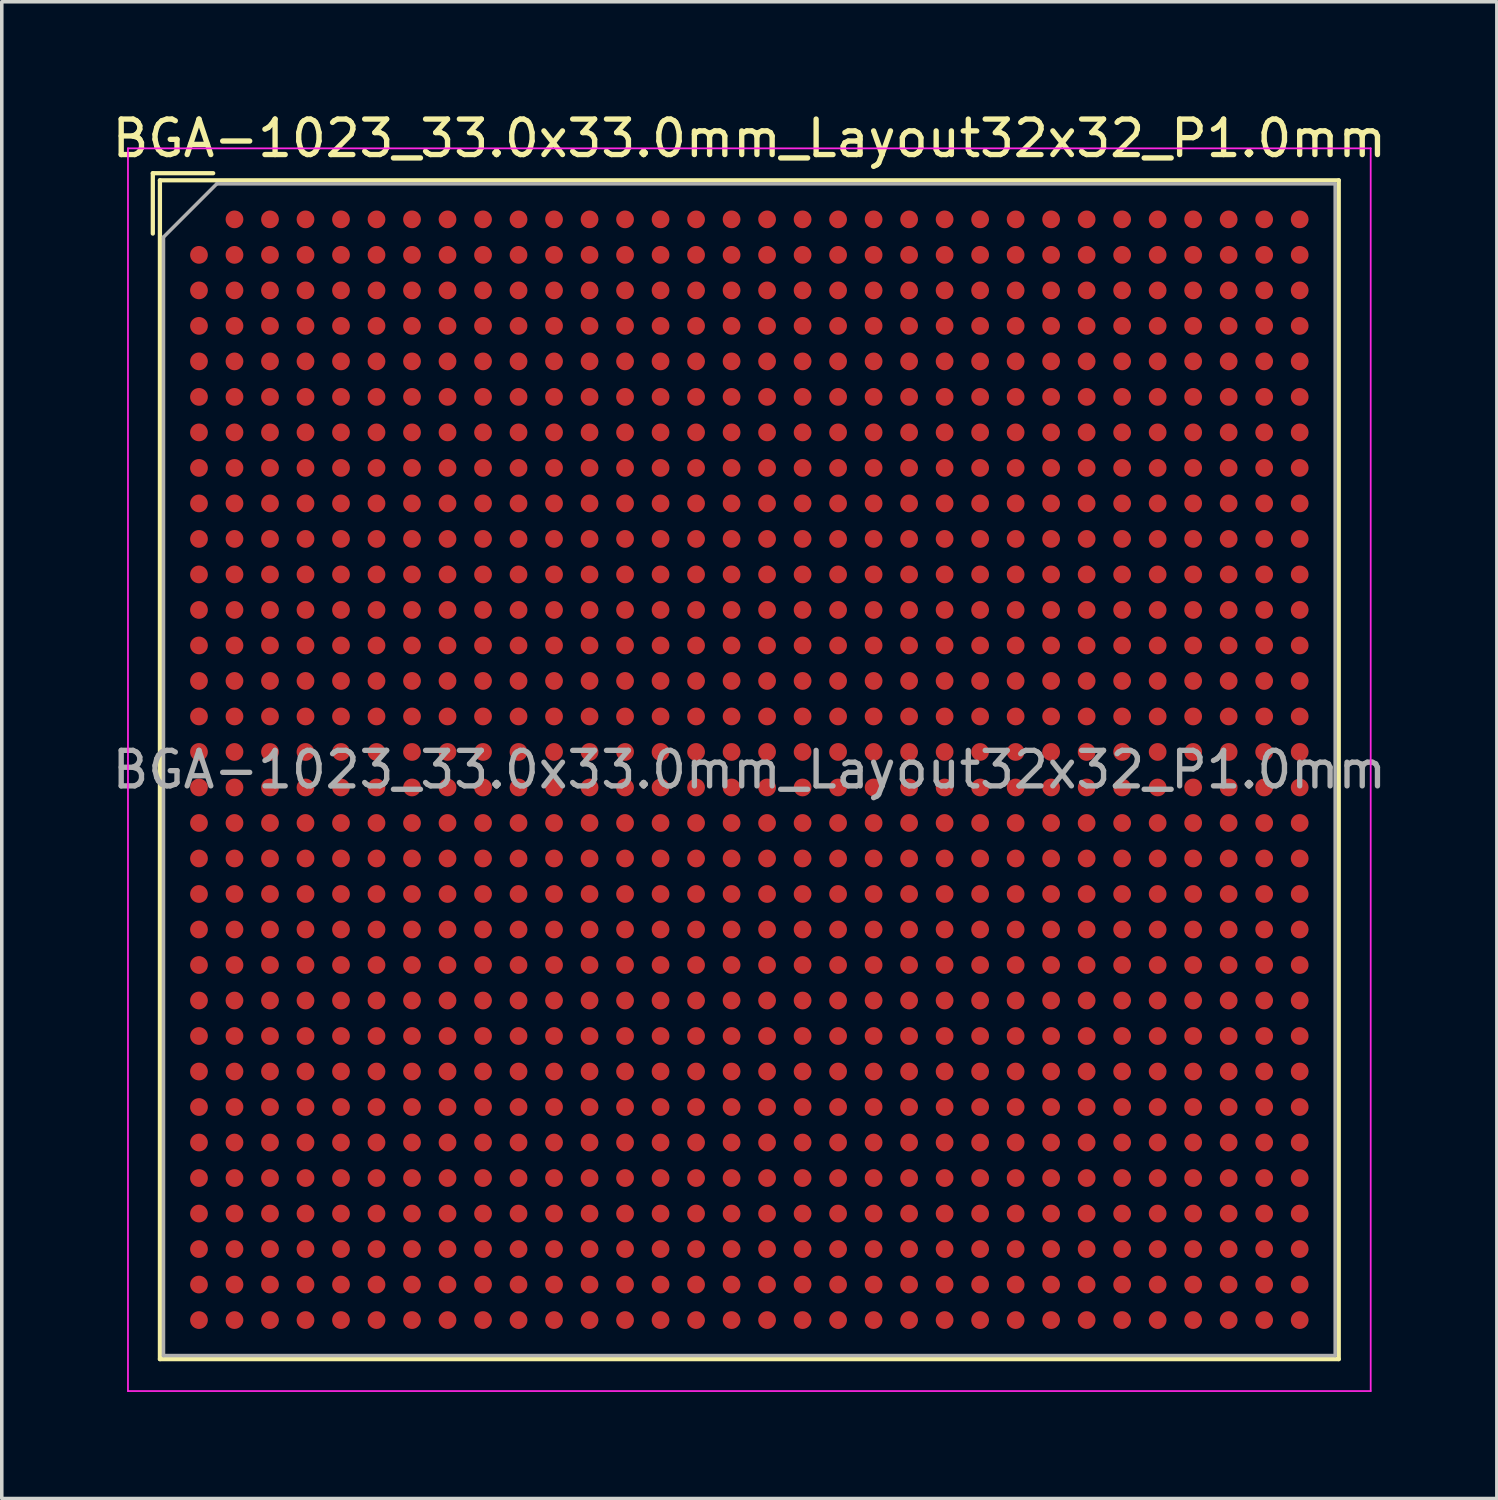
<source format=kicad_pcb>
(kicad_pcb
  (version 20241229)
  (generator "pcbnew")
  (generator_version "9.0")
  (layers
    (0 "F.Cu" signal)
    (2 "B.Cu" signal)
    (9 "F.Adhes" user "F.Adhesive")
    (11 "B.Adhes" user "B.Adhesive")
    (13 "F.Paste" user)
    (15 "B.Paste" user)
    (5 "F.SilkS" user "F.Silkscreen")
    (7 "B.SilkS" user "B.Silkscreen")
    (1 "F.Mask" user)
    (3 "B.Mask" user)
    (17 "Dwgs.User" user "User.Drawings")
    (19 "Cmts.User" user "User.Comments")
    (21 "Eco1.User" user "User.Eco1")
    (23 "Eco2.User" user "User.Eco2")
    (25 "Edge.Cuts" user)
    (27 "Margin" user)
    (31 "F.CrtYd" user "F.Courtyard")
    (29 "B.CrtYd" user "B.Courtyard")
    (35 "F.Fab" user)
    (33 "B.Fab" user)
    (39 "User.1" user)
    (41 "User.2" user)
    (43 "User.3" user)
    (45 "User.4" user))
  (footprint "BGA-1023_33.0x33.0mm_Layout32x32_P1.0mm"
    (layer "F.Cu")
    (at 18.054 18.628)
    (property "Reference" "BGA-1023_33.0x33.0mm_Layout32x32_P1.0mm" (at 0 -17.78 0) (layer "F.SilkS") (effects (font (size 1 1) (thickness 0.15))))
    (attr smd)
    (fp_line (start -16.8 -16.8) (end -15.1 -16.8) (stroke (width 0.12) (type solid)) (layer "F.SilkS"))
    (fp_line (start -16.8 -15.1) (end -16.8 -16.8) (stroke (width 0.12) (type solid)) (layer "F.SilkS"))
    (fp_line (start -16.6 -16.6) (end -16.6 16.6) (stroke (width 0.12) (type solid)) (layer "F.SilkS"))
    (fp_line (start -16.6 16.6) (end 16.6 16.6) (stroke (width 0.12) (type solid)) (layer "F.SilkS"))
    (fp_line (start 16.6 -16.6) (end -16.6 -16.6) (stroke (width 0.12) (type solid)) (layer "F.SilkS"))
    (fp_line (start 16.6 16.6) (end 16.6 -16.6) (stroke (width 0.12) (type solid)) (layer "F.SilkS"))
    (fp_line (start -17.5 -17.5) (end -17.5 17.5) (stroke (width 0.05) (type solid)) (layer "F.CrtYd"))
    (fp_line (start -17.5 -17.5) (end 17.5 -17.5) (stroke (width 0.05) (type solid)) (layer "F.CrtYd"))
    (fp_line (start 17.5 17.5) (end -17.5 17.5) (stroke (width 0.05) (type solid)) (layer "F.CrtYd"))
    (fp_line (start 17.5 17.5) (end 17.5 -17.5) (stroke (width 0.05) (type solid)) (layer "F.CrtYd"))
    (fp_line (start -16.5 -15) (end -15 -16.5) (stroke (width 0.1) (type solid)) (layer "F.Fab"))
    (fp_line (start -16.5 16.5) (end -16.5 -15) (stroke (width 0.1) (type solid)) (layer "F.Fab"))
    (fp_line (start -15 -16.5) (end 16.5 -16.5) (stroke (width 0.1) (type solid)) (layer "F.Fab"))
    (fp_line (start 16.5 -16.5) (end 16.5 16.5) (stroke (width 0.1) (type solid)) (layer "F.Fab"))
    (fp_line (start 16.5 16.5) (end -16.5 16.5) (stroke (width 0.1) (type solid)) (layer "F.Fab"))
    (fp_text user "${REFERENCE}" (at 0 0 0) (layer "F.Fab") (effects (font (size 1 1) (thickness 0.15))))
    (pad "A2" smd circle (at -14.5 -15.5) (size 0.5 0.5) (layers "F.Cu" "F.Mask" "F.Paste"))
    (pad "A3" smd circle (at -13.5 -15.5) (size 0.5 0.5) (layers "F.Cu" "F.Mask" "F.Paste"))
    (pad "A4" smd circle (at -12.5 -15.5) (size 0.5 0.5) (layers "F.Cu" "F.Mask" "F.Paste"))
    (pad "A5" smd circle (at -11.5 -15.5) (size 0.5 0.5) (layers "F.Cu" "F.Mask" "F.Paste"))
    (pad "A6" smd circle (at -10.5 -15.5) (size 0.5 0.5) (layers "F.Cu" "F.Mask" "F.Paste"))
    (pad "A7" smd circle (at -9.5 -15.5) (size 0.5 0.5) (layers "F.Cu" "F.Mask" "F.Paste"))
    (pad "A8" smd circle (at -8.5 -15.5) (size 0.5 0.5) (layers "F.Cu" "F.Mask" "F.Paste"))
    (pad "A9" smd circle (at -7.5 -15.5) (size 0.5 0.5) (layers "F.Cu" "F.Mask" "F.Paste"))
    (pad "A10" smd circle (at -6.5 -15.5) (size 0.5 0.5) (layers "F.Cu" "F.Mask" "F.Paste"))
    (pad "A11" smd circle (at -5.5 -15.5) (size 0.5 0.5) (layers "F.Cu" "F.Mask" "F.Paste"))
    (pad "A12" smd circle (at -4.5 -15.5) (size 0.5 0.5) (layers "F.Cu" "F.Mask" "F.Paste"))
    (pad "A13" smd circle (at -3.5 -15.5) (size 0.5 0.5) (layers "F.Cu" "F.Mask" "F.Paste"))
    (pad "A14" smd circle (at -2.5 -15.5) (size 0.5 0.5) (layers "F.Cu" "F.Mask" "F.Paste"))
    (pad "A15" smd circle (at -1.5 -15.5) (size 0.5 0.5) (layers "F.Cu" "F.Mask" "F.Paste"))
    (pad "A16" smd circle (at -0.5 -15.5) (size 0.5 0.5) (layers "F.Cu" "F.Mask" "F.Paste"))
    (pad "A17" smd circle (at 0.5 -15.5) (size 0.5 0.5) (layers "F.Cu" "F.Mask" "F.Paste"))
    (pad "A18" smd circle (at 1.5 -15.5) (size 0.5 0.5) (layers "F.Cu" "F.Mask" "F.Paste"))
    (pad "A19" smd circle (at 2.5 -15.5) (size 0.5 0.5) (layers "F.Cu" "F.Mask" "F.Paste"))
    (pad "A20" smd circle (at 3.5 -15.5) (size 0.5 0.5) (layers "F.Cu" "F.Mask" "F.Paste"))
    (pad "A21" smd circle (at 4.5 -15.5) (size 0.5 0.5) (layers "F.Cu" "F.Mask" "F.Paste"))
    (pad "A22" smd circle (at 5.5 -15.5) (size 0.5 0.5) (layers "F.Cu" "F.Mask" "F.Paste"))
    (pad "A23" smd circle (at 6.5 -15.5) (size 0.5 0.5) (layers "F.Cu" "F.Mask" "F.Paste"))
    (pad "A24" smd circle (at 7.5 -15.5) (size 0.5 0.5) (layers "F.Cu" "F.Mask" "F.Paste"))
    (pad "A25" smd circle (at 8.5 -15.5) (size 0.5 0.5) (layers "F.Cu" "F.Mask" "F.Paste"))
    (pad "A26" smd circle (at 9.5 -15.5) (size 0.5 0.5) (layers "F.Cu" "F.Mask" "F.Paste"))
    (pad "A27" smd circle (at 10.5 -15.5) (size 0.5 0.5) (layers "F.Cu" "F.Mask" "F.Paste"))
    (pad "A28" smd circle (at 11.5 -15.5) (size 0.5 0.5) (layers "F.Cu" "F.Mask" "F.Paste"))
    (pad "A29" smd circle (at 12.5 -15.5) (size 0.5 0.5) (layers "F.Cu" "F.Mask" "F.Paste"))
    (pad "A30" smd circle (at 13.5 -15.5) (size 0.5 0.5) (layers "F.Cu" "F.Mask" "F.Paste"))
    (pad "A31" smd circle (at 14.5 -15.5) (size 0.5 0.5) (layers "F.Cu" "F.Mask" "F.Paste"))
    (pad "A32" smd circle (at 15.5 -15.5) (size 0.5 0.5) (layers "F.Cu" "F.Mask" "F.Paste"))
    (pad "AA1" smd circle (at -15.5 4.5) (size 0.5 0.5) (layers "F.Cu" "F.Mask" "F.Paste"))
    (pad "AA2" smd circle (at -14.5 4.5) (size 0.5 0.5) (layers "F.Cu" "F.Mask" "F.Paste"))
    (pad "AA3" smd circle (at -13.5 4.5) (size 0.5 0.5) (layers "F.Cu" "F.Mask" "F.Paste"))
    (pad "AA4" smd circle (at -12.5 4.5) (size 0.5 0.5) (layers "F.Cu" "F.Mask" "F.Paste"))
    (pad "AA5" smd circle (at -11.5 4.5) (size 0.5 0.5) (layers "F.Cu" "F.Mask" "F.Paste"))
    (pad "AA6" smd circle (at -10.5 4.5) (size 0.5 0.5) (layers "F.Cu" "F.Mask" "F.Paste"))
    (pad "AA7" smd circle (at -9.5 4.5) (size 0.5 0.5) (layers "F.Cu" "F.Mask" "F.Paste"))
    (pad "AA8" smd circle (at -8.5 4.5) (size 0.5 0.5) (layers "F.Cu" "F.Mask" "F.Paste"))
    (pad "AA9" smd circle (at -7.5 4.5) (size 0.5 0.5) (layers "F.Cu" "F.Mask" "F.Paste"))
    (pad "AA10" smd circle (at -6.5 4.5) (size 0.5 0.5) (layers "F.Cu" "F.Mask" "F.Paste"))
    (pad "AA11" smd circle (at -5.5 4.5) (size 0.5 0.5) (layers "F.Cu" "F.Mask" "F.Paste"))
    (pad "AA12" smd circle (at -4.5 4.5) (size 0.5 0.5) (layers "F.Cu" "F.Mask" "F.Paste"))
    (pad "AA13" smd circle (at -3.5 4.5) (size 0.5 0.5) (layers "F.Cu" "F.Mask" "F.Paste"))
    (pad "AA14" smd circle (at -2.5 4.5) (size 0.5 0.5) (layers "F.Cu" "F.Mask" "F.Paste"))
    (pad "AA15" smd circle (at -1.5 4.5) (size 0.5 0.5) (layers "F.Cu" "F.Mask" "F.Paste"))
    (pad "AA16" smd circle (at -0.5 4.5) (size 0.5 0.5) (layers "F.Cu" "F.Mask" "F.Paste"))
    (pad "AA17" smd circle (at 0.5 4.5) (size 0.5 0.5) (layers "F.Cu" "F.Mask" "F.Paste"))
    (pad "AA18" smd circle (at 1.5 4.5) (size 0.5 0.5) (layers "F.Cu" "F.Mask" "F.Paste"))
    (pad "AA19" smd circle (at 2.5 4.5) (size 0.5 0.5) (layers "F.Cu" "F.Mask" "F.Paste"))
    (pad "AA20" smd circle (at 3.5 4.5) (size 0.5 0.5) (layers "F.Cu" "F.Mask" "F.Paste"))
    (pad "AA21" smd circle (at 4.5 4.5) (size 0.5 0.5) (layers "F.Cu" "F.Mask" "F.Paste"))
    (pad "AA22" smd circle (at 5.5 4.5) (size 0.5 0.5) (layers "F.Cu" "F.Mask" "F.Paste"))
    (pad "AA23" smd circle (at 6.5 4.5) (size 0.5 0.5) (layers "F.Cu" "F.Mask" "F.Paste"))
    (pad "AA24" smd circle (at 7.5 4.5) (size 0.5 0.5) (layers "F.Cu" "F.Mask" "F.Paste"))
    (pad "AA25" smd circle (at 8.5 4.5) (size 0.5 0.5) (layers "F.Cu" "F.Mask" "F.Paste"))
    (pad "AA26" smd circle (at 9.5 4.5) (size 0.5 0.5) (layers "F.Cu" "F.Mask" "F.Paste"))
    (pad "AA27" smd circle (at 10.5 4.5) (size 0.5 0.5) (layers "F.Cu" "F.Mask" "F.Paste"))
    (pad "AA28" smd circle (at 11.5 4.5) (size 0.5 0.5) (layers "F.Cu" "F.Mask" "F.Paste"))
    (pad "AA29" smd circle (at 12.5 4.5) (size 0.5 0.5) (layers "F.Cu" "F.Mask" "F.Paste"))
    (pad "AA30" smd circle (at 13.5 4.5) (size 0.5 0.5) (layers "F.Cu" "F.Mask" "F.Paste"))
    (pad "AA31" smd circle (at 14.5 4.5) (size 0.5 0.5) (layers "F.Cu" "F.Mask" "F.Paste"))
    (pad "AA32" smd circle (at 15.5 4.5) (size 0.5 0.5) (layers "F.Cu" "F.Mask" "F.Paste"))
    (pad "AB1" smd circle (at -15.5 5.5) (size 0.5 0.5) (layers "F.Cu" "F.Mask" "F.Paste"))
    (pad "AB2" smd circle (at -14.5 5.5) (size 0.5 0.5) (layers "F.Cu" "F.Mask" "F.Paste"))
    (pad "AB3" smd circle (at -13.5 5.5) (size 0.5 0.5) (layers "F.Cu" "F.Mask" "F.Paste"))
    (pad "AB4" smd circle (at -12.5 5.5) (size 0.5 0.5) (layers "F.Cu" "F.Mask" "F.Paste"))
    (pad "AB5" smd circle (at -11.5 5.5) (size 0.5 0.5) (layers "F.Cu" "F.Mask" "F.Paste"))
    (pad "AB6" smd circle (at -10.5 5.5) (size 0.5 0.5) (layers "F.Cu" "F.Mask" "F.Paste"))
    (pad "AB7" smd circle (at -9.5 5.5) (size 0.5 0.5) (layers "F.Cu" "F.Mask" "F.Paste"))
    (pad "AB8" smd circle (at -8.5 5.5) (size 0.5 0.5) (layers "F.Cu" "F.Mask" "F.Paste"))
    (pad "AB9" smd circle (at -7.5 5.5) (size 0.5 0.5) (layers "F.Cu" "F.Mask" "F.Paste"))
    (pad "AB10" smd circle (at -6.5 5.5) (size 0.5 0.5) (layers "F.Cu" "F.Mask" "F.Paste"))
    (pad "AB11" smd circle (at -5.5 5.5) (size 0.5 0.5) (layers "F.Cu" "F.Mask" "F.Paste"))
    (pad "AB12" smd circle (at -4.5 5.5) (size 0.5 0.5) (layers "F.Cu" "F.Mask" "F.Paste"))
    (pad "AB13" smd circle (at -3.5 5.5) (size 0.5 0.5) (layers "F.Cu" "F.Mask" "F.Paste"))
    (pad "AB14" smd circle (at -2.5 5.5) (size 0.5 0.5) (layers "F.Cu" "F.Mask" "F.Paste"))
    (pad "AB15" smd circle (at -1.5 5.5) (size 0.5 0.5) (layers "F.Cu" "F.Mask" "F.Paste"))
    (pad "AB16" smd circle (at -0.5 5.5) (size 0.5 0.5) (layers "F.Cu" "F.Mask" "F.Paste"))
    (pad "AB17" smd circle (at 0.5 5.5) (size 0.5 0.5) (layers "F.Cu" "F.Mask" "F.Paste"))
    (pad "AB18" smd circle (at 1.5 5.5) (size 0.5 0.5) (layers "F.Cu" "F.Mask" "F.Paste"))
    (pad "AB19" smd circle (at 2.5 5.5) (size 0.5 0.5) (layers "F.Cu" "F.Mask" "F.Paste"))
    (pad "AB20" smd circle (at 3.5 5.5) (size 0.5 0.5) (layers "F.Cu" "F.Mask" "F.Paste"))
    (pad "AB21" smd circle (at 4.5 5.5) (size 0.5 0.5) (layers "F.Cu" "F.Mask" "F.Paste"))
    (pad "AB22" smd circle (at 5.5 5.5) (size 0.5 0.5) (layers "F.Cu" "F.Mask" "F.Paste"))
    (pad "AB23" smd circle (at 6.5 5.5) (size 0.5 0.5) (layers "F.Cu" "F.Mask" "F.Paste"))
    (pad "AB24" smd circle (at 7.5 5.5) (size 0.5 0.5) (layers "F.Cu" "F.Mask" "F.Paste"))
    (pad "AB25" smd circle (at 8.5 5.5) (size 0.5 0.5) (layers "F.Cu" "F.Mask" "F.Paste"))
    (pad "AB26" smd circle (at 9.5 5.5) (size 0.5 0.5) (layers "F.Cu" "F.Mask" "F.Paste"))
    (pad "AB27" smd circle (at 10.5 5.5) (size 0.5 0.5) (layers "F.Cu" "F.Mask" "F.Paste"))
    (pad "AB28" smd circle (at 11.5 5.5) (size 0.5 0.5) (layers "F.Cu" "F.Mask" "F.Paste"))
    (pad "AB29" smd circle (at 12.5 5.5) (size 0.5 0.5) (layers "F.Cu" "F.Mask" "F.Paste"))
    (pad "AB30" smd circle (at 13.5 5.5) (size 0.5 0.5) (layers "F.Cu" "F.Mask" "F.Paste"))
    (pad "AB31" smd circle (at 14.5 5.5) (size 0.5 0.5) (layers "F.Cu" "F.Mask" "F.Paste"))
    (pad "AB32" smd circle (at 15.5 5.5) (size 0.5 0.5) (layers "F.Cu" "F.Mask" "F.Paste"))
    (pad "AC1" smd circle (at -15.5 6.5) (size 0.5 0.5) (layers "F.Cu" "F.Mask" "F.Paste"))
    (pad "AC2" smd circle (at -14.5 6.5) (size 0.5 0.5) (layers "F.Cu" "F.Mask" "F.Paste"))
    (pad "AC3" smd circle (at -13.5 6.5) (size 0.5 0.5) (layers "F.Cu" "F.Mask" "F.Paste"))
    (pad "AC4" smd circle (at -12.5 6.5) (size 0.5 0.5) (layers "F.Cu" "F.Mask" "F.Paste"))
    (pad "AC5" smd circle (at -11.5 6.5) (size 0.5 0.5) (layers "F.Cu" "F.Mask" "F.Paste"))
    (pad "AC6" smd circle (at -10.5 6.5) (size 0.5 0.5) (layers "F.Cu" "F.Mask" "F.Paste"))
    (pad "AC7" smd circle (at -9.5 6.5) (size 0.5 0.5) (layers "F.Cu" "F.Mask" "F.Paste"))
    (pad "AC8" smd circle (at -8.5 6.5) (size 0.5 0.5) (layers "F.Cu" "F.Mask" "F.Paste"))
    (pad "AC9" smd circle (at -7.5 6.5) (size 0.5 0.5) (layers "F.Cu" "F.Mask" "F.Paste"))
    (pad "AC10" smd circle (at -6.5 6.5) (size 0.5 0.5) (layers "F.Cu" "F.Mask" "F.Paste"))
    (pad "AC11" smd circle (at -5.5 6.5) (size 0.5 0.5) (layers "F.Cu" "F.Mask" "F.Paste"))
    (pad "AC12" smd circle (at -4.5 6.5) (size 0.5 0.5) (layers "F.Cu" "F.Mask" "F.Paste"))
    (pad "AC13" smd circle (at -3.5 6.5) (size 0.5 0.5) (layers "F.Cu" "F.Mask" "F.Paste"))
    (pad "AC14" smd circle (at -2.5 6.5) (size 0.5 0.5) (layers "F.Cu" "F.Mask" "F.Paste"))
    (pad "AC15" smd circle (at -1.5 6.5) (size 0.5 0.5) (layers "F.Cu" "F.Mask" "F.Paste"))
    (pad "AC16" smd circle (at -0.5 6.5) (size 0.5 0.5) (layers "F.Cu" "F.Mask" "F.Paste"))
    (pad "AC17" smd circle (at 0.5 6.5) (size 0.5 0.5) (layers "F.Cu" "F.Mask" "F.Paste"))
    (pad "AC18" smd circle (at 1.5 6.5) (size 0.5 0.5) (layers "F.Cu" "F.Mask" "F.Paste"))
    (pad "AC19" smd circle (at 2.5 6.5) (size 0.5 0.5) (layers "F.Cu" "F.Mask" "F.Paste"))
    (pad "AC20" smd circle (at 3.5 6.5) (size 0.5 0.5) (layers "F.Cu" "F.Mask" "F.Paste"))
    (pad "AC21" smd circle (at 4.5 6.5) (size 0.5 0.5) (layers "F.Cu" "F.Mask" "F.Paste"))
    (pad "AC22" smd circle (at 5.5 6.5) (size 0.5 0.5) (layers "F.Cu" "F.Mask" "F.Paste"))
    (pad "AC23" smd circle (at 6.5 6.5) (size 0.5 0.5) (layers "F.Cu" "F.Mask" "F.Paste"))
    (pad "AC24" smd circle (at 7.5 6.5) (size 0.5 0.5) (layers "F.Cu" "F.Mask" "F.Paste"))
    (pad "AC25" smd circle (at 8.5 6.5) (size 0.5 0.5) (layers "F.Cu" "F.Mask" "F.Paste"))
    (pad "AC26" smd circle (at 9.5 6.5) (size 0.5 0.5) (layers "F.Cu" "F.Mask" "F.Paste"))
    (pad "AC27" smd circle (at 10.5 6.5) (size 0.5 0.5) (layers "F.Cu" "F.Mask" "F.Paste"))
    (pad "AC28" smd circle (at 11.5 6.5) (size 0.5 0.5) (layers "F.Cu" "F.Mask" "F.Paste"))
    (pad "AC29" smd circle (at 12.5 6.5) (size 0.5 0.5) (layers "F.Cu" "F.Mask" "F.Paste"))
    (pad "AC30" smd circle (at 13.5 6.5) (size 0.5 0.5) (layers "F.Cu" "F.Mask" "F.Paste"))
    (pad "AC31" smd circle (at 14.5 6.5) (size 0.5 0.5) (layers "F.Cu" "F.Mask" "F.Paste"))
    (pad "AC32" smd circle (at 15.5 6.5) (size 0.5 0.5) (layers "F.Cu" "F.Mask" "F.Paste"))
    (pad "AD1" smd circle (at -15.5 7.5) (size 0.5 0.5) (layers "F.Cu" "F.Mask" "F.Paste"))
    (pad "AD2" smd circle (at -14.5 7.5) (size 0.5 0.5) (layers "F.Cu" "F.Mask" "F.Paste"))
    (pad "AD3" smd circle (at -13.5 7.5) (size 0.5 0.5) (layers "F.Cu" "F.Mask" "F.Paste"))
    (pad "AD4" smd circle (at -12.5 7.5) (size 0.5 0.5) (layers "F.Cu" "F.Mask" "F.Paste"))
    (pad "AD5" smd circle (at -11.5 7.5) (size 0.5 0.5) (layers "F.Cu" "F.Mask" "F.Paste"))
    (pad "AD6" smd circle (at -10.5 7.5) (size 0.5 0.5) (layers "F.Cu" "F.Mask" "F.Paste"))
    (pad "AD7" smd circle (at -9.5 7.5) (size 0.5 0.5) (layers "F.Cu" "F.Mask" "F.Paste"))
    (pad "AD8" smd circle (at -8.5 7.5) (size 0.5 0.5) (layers "F.Cu" "F.Mask" "F.Paste"))
    (pad "AD9" smd circle (at -7.5 7.5) (size 0.5 0.5) (layers "F.Cu" "F.Mask" "F.Paste"))
    (pad "AD10" smd circle (at -6.5 7.5) (size 0.5 0.5) (layers "F.Cu" "F.Mask" "F.Paste"))
    (pad "AD11" smd circle (at -5.5 7.5) (size 0.5 0.5) (layers "F.Cu" "F.Mask" "F.Paste"))
    (pad "AD12" smd circle (at -4.5 7.5) (size 0.5 0.5) (layers "F.Cu" "F.Mask" "F.Paste"))
    (pad "AD13" smd circle (at -3.5 7.5) (size 0.5 0.5) (layers "F.Cu" "F.Mask" "F.Paste"))
    (pad "AD14" smd circle (at -2.5 7.5) (size 0.5 0.5) (layers "F.Cu" "F.Mask" "F.Paste"))
    (pad "AD15" smd circle (at -1.5 7.5) (size 0.5 0.5) (layers "F.Cu" "F.Mask" "F.Paste"))
    (pad "AD16" smd circle (at -0.5 7.5) (size 0.5 0.5) (layers "F.Cu" "F.Mask" "F.Paste"))
    (pad "AD17" smd circle (at 0.5 7.5) (size 0.5 0.5) (layers "F.Cu" "F.Mask" "F.Paste"))
    (pad "AD18" smd circle (at 1.5 7.5) (size 0.5 0.5) (layers "F.Cu" "F.Mask" "F.Paste"))
    (pad "AD19" smd circle (at 2.5 7.5) (size 0.5 0.5) (layers "F.Cu" "F.Mask" "F.Paste"))
    (pad "AD20" smd circle (at 3.5 7.5) (size 0.5 0.5) (layers "F.Cu" "F.Mask" "F.Paste"))
    (pad "AD21" smd circle (at 4.5 7.5) (size 0.5 0.5) (layers "F.Cu" "F.Mask" "F.Paste"))
    (pad "AD22" smd circle (at 5.5 7.5) (size 0.5 0.5) (layers "F.Cu" "F.Mask" "F.Paste"))
    (pad "AD23" smd circle (at 6.5 7.5) (size 0.5 0.5) (layers "F.Cu" "F.Mask" "F.Paste"))
    (pad "AD24" smd circle (at 7.5 7.5) (size 0.5 0.5) (layers "F.Cu" "F.Mask" "F.Paste"))
    (pad "AD25" smd circle (at 8.5 7.5) (size 0.5 0.5) (layers "F.Cu" "F.Mask" "F.Paste"))
    (pad "AD26" smd circle (at 9.5 7.5) (size 0.5 0.5) (layers "F.Cu" "F.Mask" "F.Paste"))
    (pad "AD27" smd circle (at 10.5 7.5) (size 0.5 0.5) (layers "F.Cu" "F.Mask" "F.Paste"))
    (pad "AD28" smd circle (at 11.5 7.5) (size 0.5 0.5) (layers "F.Cu" "F.Mask" "F.Paste"))
    (pad "AD29" smd circle (at 12.5 7.5) (size 0.5 0.5) (layers "F.Cu" "F.Mask" "F.Paste"))
    (pad "AD30" smd circle (at 13.5 7.5) (size 0.5 0.5) (layers "F.Cu" "F.Mask" "F.Paste"))
    (pad "AD31" smd circle (at 14.5 7.5) (size 0.5 0.5) (layers "F.Cu" "F.Mask" "F.Paste"))
    (pad "AD32" smd circle (at 15.5 7.5) (size 0.5 0.5) (layers "F.Cu" "F.Mask" "F.Paste"))
    (pad "AE1" smd circle (at -15.5 8.5) (size 0.5 0.5) (layers "F.Cu" "F.Mask" "F.Paste"))
    (pad "AE2" smd circle (at -14.5 8.5) (size 0.5 0.5) (layers "F.Cu" "F.Mask" "F.Paste"))
    (pad "AE3" smd circle (at -13.5 8.5) (size 0.5 0.5) (layers "F.Cu" "F.Mask" "F.Paste"))
    (pad "AE4" smd circle (at -12.5 8.5) (size 0.5 0.5) (layers "F.Cu" "F.Mask" "F.Paste"))
    (pad "AE5" smd circle (at -11.5 8.5) (size 0.5 0.5) (layers "F.Cu" "F.Mask" "F.Paste"))
    (pad "AE6" smd circle (at -10.5 8.5) (size 0.5 0.5) (layers "F.Cu" "F.Mask" "F.Paste"))
    (pad "AE7" smd circle (at -9.5 8.5) (size 0.5 0.5) (layers "F.Cu" "F.Mask" "F.Paste"))
    (pad "AE8" smd circle (at -8.5 8.5) (size 0.5 0.5) (layers "F.Cu" "F.Mask" "F.Paste"))
    (pad "AE9" smd circle (at -7.5 8.5) (size 0.5 0.5) (layers "F.Cu" "F.Mask" "F.Paste"))
    (pad "AE10" smd circle (at -6.5 8.5) (size 0.5 0.5) (layers "F.Cu" "F.Mask" "F.Paste"))
    (pad "AE11" smd circle (at -5.5 8.5) (size 0.5 0.5) (layers "F.Cu" "F.Mask" "F.Paste"))
    (pad "AE12" smd circle (at -4.5 8.5) (size 0.5 0.5) (layers "F.Cu" "F.Mask" "F.Paste"))
    (pad "AE13" smd circle (at -3.5 8.5) (size 0.5 0.5) (layers "F.Cu" "F.Mask" "F.Paste"))
    (pad "AE14" smd circle (at -2.5 8.5) (size 0.5 0.5) (layers "F.Cu" "F.Mask" "F.Paste"))
    (pad "AE15" smd circle (at -1.5 8.5) (size 0.5 0.5) (layers "F.Cu" "F.Mask" "F.Paste"))
    (pad "AE16" smd circle (at -0.5 8.5) (size 0.5 0.5) (layers "F.Cu" "F.Mask" "F.Paste"))
    (pad "AE17" smd circle (at 0.5 8.5) (size 0.5 0.5) (layers "F.Cu" "F.Mask" "F.Paste"))
    (pad "AE18" smd circle (at 1.5 8.5) (size 0.5 0.5) (layers "F.Cu" "F.Mask" "F.Paste"))
    (pad "AE19" smd circle (at 2.5 8.5) (size 0.5 0.5) (layers "F.Cu" "F.Mask" "F.Paste"))
    (pad "AE20" smd circle (at 3.5 8.5) (size 0.5 0.5) (layers "F.Cu" "F.Mask" "F.Paste"))
    (pad "AE21" smd circle (at 4.5 8.5) (size 0.5 0.5) (layers "F.Cu" "F.Mask" "F.Paste"))
    (pad "AE22" smd circle (at 5.5 8.5) (size 0.5 0.5) (layers "F.Cu" "F.Mask" "F.Paste"))
    (pad "AE23" smd circle (at 6.5 8.5) (size 0.5 0.5) (layers "F.Cu" "F.Mask" "F.Paste"))
    (pad "AE24" smd circle (at 7.5 8.5) (size 0.5 0.5) (layers "F.Cu" "F.Mask" "F.Paste"))
    (pad "AE25" smd circle (at 8.5 8.5) (size 0.5 0.5) (layers "F.Cu" "F.Mask" "F.Paste"))
    (pad "AE26" smd circle (at 9.5 8.5) (size 0.5 0.5) (layers "F.Cu" "F.Mask" "F.Paste"))
    (pad "AE27" smd circle (at 10.5 8.5) (size 0.5 0.5) (layers "F.Cu" "F.Mask" "F.Paste"))
    (pad "AE28" smd circle (at 11.5 8.5) (size 0.5 0.5) (layers "F.Cu" "F.Mask" "F.Paste"))
    (pad "AE29" smd circle (at 12.5 8.5) (size 0.5 0.5) (layers "F.Cu" "F.Mask" "F.Paste"))
    (pad "AE30" smd circle (at 13.5 8.5) (size 0.5 0.5) (layers "F.Cu" "F.Mask" "F.Paste"))
    (pad "AE31" smd circle (at 14.5 8.5) (size 0.5 0.5) (layers "F.Cu" "F.Mask" "F.Paste"))
    (pad "AE32" smd circle (at 15.5 8.5) (size 0.5 0.5) (layers "F.Cu" "F.Mask" "F.Paste"))
    (pad "AF1" smd circle (at -15.5 9.5) (size 0.5 0.5) (layers "F.Cu" "F.Mask" "F.Paste"))
    (pad "AF2" smd circle (at -14.5 9.5) (size 0.5 0.5) (layers "F.Cu" "F.Mask" "F.Paste"))
    (pad "AF3" smd circle (at -13.5 9.5) (size 0.5 0.5) (layers "F.Cu" "F.Mask" "F.Paste"))
    (pad "AF4" smd circle (at -12.5 9.5) (size 0.5 0.5) (layers "F.Cu" "F.Mask" "F.Paste"))
    (pad "AF5" smd circle (at -11.5 9.5) (size 0.5 0.5) (layers "F.Cu" "F.Mask" "F.Paste"))
    (pad "AF6" smd circle (at -10.5 9.5) (size 0.5 0.5) (layers "F.Cu" "F.Mask" "F.Paste"))
    (pad "AF7" smd circle (at -9.5 9.5) (size 0.5 0.5) (layers "F.Cu" "F.Mask" "F.Paste"))
    (pad "AF8" smd circle (at -8.5 9.5) (size 0.5 0.5) (layers "F.Cu" "F.Mask" "F.Paste"))
    (pad "AF9" smd circle (at -7.5 9.5) (size 0.5 0.5) (layers "F.Cu" "F.Mask" "F.Paste"))
    (pad "AF10" smd circle (at -6.5 9.5) (size 0.5 0.5) (layers "F.Cu" "F.Mask" "F.Paste"))
    (pad "AF11" smd circle (at -5.5 9.5) (size 0.5 0.5) (layers "F.Cu" "F.Mask" "F.Paste"))
    (pad "AF12" smd circle (at -4.5 9.5) (size 0.5 0.5) (layers "F.Cu" "F.Mask" "F.Paste"))
    (pad "AF13" smd circle (at -3.5 9.5) (size 0.5 0.5) (layers "F.Cu" "F.Mask" "F.Paste"))
    (pad "AF14" smd circle (at -2.5 9.5) (size 0.5 0.5) (layers "F.Cu" "F.Mask" "F.Paste"))
    (pad "AF15" smd circle (at -1.5 9.5) (size 0.5 0.5) (layers "F.Cu" "F.Mask" "F.Paste"))
    (pad "AF16" smd circle (at -0.5 9.5) (size 0.5 0.5) (layers "F.Cu" "F.Mask" "F.Paste"))
    (pad "AF17" smd circle (at 0.5 9.5) (size 0.5 0.5) (layers "F.Cu" "F.Mask" "F.Paste"))
    (pad "AF18" smd circle (at 1.5 9.5) (size 0.5 0.5) (layers "F.Cu" "F.Mask" "F.Paste"))
    (pad "AF19" smd circle (at 2.5 9.5) (size 0.5 0.5) (layers "F.Cu" "F.Mask" "F.Paste"))
    (pad "AF20" smd circle (at 3.5 9.5) (size 0.5 0.5) (layers "F.Cu" "F.Mask" "F.Paste"))
    (pad "AF21" smd circle (at 4.5 9.5) (size 0.5 0.5) (layers "F.Cu" "F.Mask" "F.Paste"))
    (pad "AF22" smd circle (at 5.5 9.5) (size 0.5 0.5) (layers "F.Cu" "F.Mask" "F.Paste"))
    (pad "AF23" smd circle (at 6.5 9.5) (size 0.5 0.5) (layers "F.Cu" "F.Mask" "F.Paste"))
    (pad "AF24" smd circle (at 7.5 9.5) (size 0.5 0.5) (layers "F.Cu" "F.Mask" "F.Paste"))
    (pad "AF25" smd circle (at 8.5 9.5) (size 0.5 0.5) (layers "F.Cu" "F.Mask" "F.Paste"))
    (pad "AF26" smd circle (at 9.5 9.5) (size 0.5 0.5) (layers "F.Cu" "F.Mask" "F.Paste"))
    (pad "AF27" smd circle (at 10.5 9.5) (size 0.5 0.5) (layers "F.Cu" "F.Mask" "F.Paste"))
    (pad "AF28" smd circle (at 11.5 9.5) (size 0.5 0.5) (layers "F.Cu" "F.Mask" "F.Paste"))
    (pad "AF29" smd circle (at 12.5 9.5) (size 0.5 0.5) (layers "F.Cu" "F.Mask" "F.Paste"))
    (pad "AF30" smd circle (at 13.5 9.5) (size 0.5 0.5) (layers "F.Cu" "F.Mask" "F.Paste"))
    (pad "AF31" smd circle (at 14.5 9.5) (size 0.5 0.5) (layers "F.Cu" "F.Mask" "F.Paste"))
    (pad "AF32" smd circle (at 15.5 9.5) (size 0.5 0.5) (layers "F.Cu" "F.Mask" "F.Paste"))
    (pad "AG1" smd circle (at -15.5 10.5) (size 0.5 0.5) (layers "F.Cu" "F.Mask" "F.Paste"))
    (pad "AG2" smd circle (at -14.5 10.5) (size 0.5 0.5) (layers "F.Cu" "F.Mask" "F.Paste"))
    (pad "AG3" smd circle (at -13.5 10.5) (size 0.5 0.5) (layers "F.Cu" "F.Mask" "F.Paste"))
    (pad "AG4" smd circle (at -12.5 10.5) (size 0.5 0.5) (layers "F.Cu" "F.Mask" "F.Paste"))
    (pad "AG5" smd circle (at -11.5 10.5) (size 0.5 0.5) (layers "F.Cu" "F.Mask" "F.Paste"))
    (pad "AG6" smd circle (at -10.5 10.5) (size 0.5 0.5) (layers "F.Cu" "F.Mask" "F.Paste"))
    (pad "AG7" smd circle (at -9.5 10.5) (size 0.5 0.5) (layers "F.Cu" "F.Mask" "F.Paste"))
    (pad "AG8" smd circle (at -8.5 10.5) (size 0.5 0.5) (layers "F.Cu" "F.Mask" "F.Paste"))
    (pad "AG9" smd circle (at -7.5 10.5) (size 0.5 0.5) (layers "F.Cu" "F.Mask" "F.Paste"))
    (pad "AG10" smd circle (at -6.5 10.5) (size 0.5 0.5) (layers "F.Cu" "F.Mask" "F.Paste"))
    (pad "AG11" smd circle (at -5.5 10.5) (size 0.5 0.5) (layers "F.Cu" "F.Mask" "F.Paste"))
    (pad "AG12" smd circle (at -4.5 10.5) (size 0.5 0.5) (layers "F.Cu" "F.Mask" "F.Paste"))
    (pad "AG13" smd circle (at -3.5 10.5) (size 0.5 0.5) (layers "F.Cu" "F.Mask" "F.Paste"))
    (pad "AG14" smd circle (at -2.5 10.5) (size 0.5 0.5) (layers "F.Cu" "F.Mask" "F.Paste"))
    (pad "AG15" smd circle (at -1.5 10.5) (size 0.5 0.5) (layers "F.Cu" "F.Mask" "F.Paste"))
    (pad "AG16" smd circle (at -0.5 10.5) (size 0.5 0.5) (layers "F.Cu" "F.Mask" "F.Paste"))
    (pad "AG17" smd circle (at 0.5 10.5) (size 0.5 0.5) (layers "F.Cu" "F.Mask" "F.Paste"))
    (pad "AG18" smd circle (at 1.5 10.5) (size 0.5 0.5) (layers "F.Cu" "F.Mask" "F.Paste"))
    (pad "AG19" smd circle (at 2.5 10.5) (size 0.5 0.5) (layers "F.Cu" "F.Mask" "F.Paste"))
    (pad "AG20" smd circle (at 3.5 10.5) (size 0.5 0.5) (layers "F.Cu" "F.Mask" "F.Paste"))
    (pad "AG21" smd circle (at 4.5 10.5) (size 0.5 0.5) (layers "F.Cu" "F.Mask" "F.Paste"))
    (pad "AG22" smd circle (at 5.5 10.5) (size 0.5 0.5) (layers "F.Cu" "F.Mask" "F.Paste"))
    (pad "AG23" smd circle (at 6.5 10.5) (size 0.5 0.5) (layers "F.Cu" "F.Mask" "F.Paste"))
    (pad "AG24" smd circle (at 7.5 10.5) (size 0.5 0.5) (layers "F.Cu" "F.Mask" "F.Paste"))
    (pad "AG25" smd circle (at 8.5 10.5) (size 0.5 0.5) (layers "F.Cu" "F.Mask" "F.Paste"))
    (pad "AG26" smd circle (at 9.5 10.5) (size 0.5 0.5) (layers "F.Cu" "F.Mask" "F.Paste"))
    (pad "AG27" smd circle (at 10.5 10.5) (size 0.5 0.5) (layers "F.Cu" "F.Mask" "F.Paste"))
    (pad "AG28" smd circle (at 11.5 10.5) (size 0.5 0.5) (layers "F.Cu" "F.Mask" "F.Paste"))
    (pad "AG29" smd circle (at 12.5 10.5) (size 0.5 0.5) (layers "F.Cu" "F.Mask" "F.Paste"))
    (pad "AG30" smd circle (at 13.5 10.5) (size 0.5 0.5) (layers "F.Cu" "F.Mask" "F.Paste"))
    (pad "AG31" smd circle (at 14.5 10.5) (size 0.5 0.5) (layers "F.Cu" "F.Mask" "F.Paste"))
    (pad "AG32" smd circle (at 15.5 10.5) (size 0.5 0.5) (layers "F.Cu" "F.Mask" "F.Paste"))
    (pad "AH1" smd circle (at -15.5 11.5) (size 0.5 0.5) (layers "F.Cu" "F.Mask" "F.Paste"))
    (pad "AH2" smd circle (at -14.5 11.5) (size 0.5 0.5) (layers "F.Cu" "F.Mask" "F.Paste"))
    (pad "AH3" smd circle (at -13.5 11.5) (size 0.5 0.5) (layers "F.Cu" "F.Mask" "F.Paste"))
    (pad "AH4" smd circle (at -12.5 11.5) (size 0.5 0.5) (layers "F.Cu" "F.Mask" "F.Paste"))
    (pad "AH5" smd circle (at -11.5 11.5) (size 0.5 0.5) (layers "F.Cu" "F.Mask" "F.Paste"))
    (pad "AH6" smd circle (at -10.5 11.5) (size 0.5 0.5) (layers "F.Cu" "F.Mask" "F.Paste"))
    (pad "AH7" smd circle (at -9.5 11.5) (size 0.5 0.5) (layers "F.Cu" "F.Mask" "F.Paste"))
    (pad "AH8" smd circle (at -8.5 11.5) (size 0.5 0.5) (layers "F.Cu" "F.Mask" "F.Paste"))
    (pad "AH9" smd circle (at -7.5 11.5) (size 0.5 0.5) (layers "F.Cu" "F.Mask" "F.Paste"))
    (pad "AH10" smd circle (at -6.5 11.5) (size 0.5 0.5) (layers "F.Cu" "F.Mask" "F.Paste"))
    (pad "AH11" smd circle (at -5.5 11.5) (size 0.5 0.5) (layers "F.Cu" "F.Mask" "F.Paste"))
    (pad "AH12" smd circle (at -4.5 11.5) (size 0.5 0.5) (layers "F.Cu" "F.Mask" "F.Paste"))
    (pad "AH13" smd circle (at -3.5 11.5) (size 0.5 0.5) (layers "F.Cu" "F.Mask" "F.Paste"))
    (pad "AH14" smd circle (at -2.5 11.5) (size 0.5 0.5) (layers "F.Cu" "F.Mask" "F.Paste"))
    (pad "AH15" smd circle (at -1.5 11.5) (size 0.5 0.5) (layers "F.Cu" "F.Mask" "F.Paste"))
    (pad "AH16" smd circle (at -0.5 11.5) (size 0.5 0.5) (layers "F.Cu" "F.Mask" "F.Paste"))
    (pad "AH17" smd circle (at 0.5 11.5) (size 0.5 0.5) (layers "F.Cu" "F.Mask" "F.Paste"))
    (pad "AH18" smd circle (at 1.5 11.5) (size 0.5 0.5) (layers "F.Cu" "F.Mask" "F.Paste"))
    (pad "AH19" smd circle (at 2.5 11.5) (size 0.5 0.5) (layers "F.Cu" "F.Mask" "F.Paste"))
    (pad "AH20" smd circle (at 3.5 11.5) (size 0.5 0.5) (layers "F.Cu" "F.Mask" "F.Paste"))
    (pad "AH21" smd circle (at 4.5 11.5) (size 0.5 0.5) (layers "F.Cu" "F.Mask" "F.Paste"))
    (pad "AH22" smd circle (at 5.5 11.5) (size 0.5 0.5) (layers "F.Cu" "F.Mask" "F.Paste"))
    (pad "AH23" smd circle (at 6.5 11.5) (size 0.5 0.5) (layers "F.Cu" "F.Mask" "F.Paste"))
    (pad "AH24" smd circle (at 7.5 11.5) (size 0.5 0.5) (layers "F.Cu" "F.Mask" "F.Paste"))
    (pad "AH25" smd circle (at 8.5 11.5) (size 0.5 0.5) (layers "F.Cu" "F.Mask" "F.Paste"))
    (pad "AH26" smd circle (at 9.5 11.5) (size 0.5 0.5) (layers "F.Cu" "F.Mask" "F.Paste"))
    (pad "AH27" smd circle (at 10.5 11.5) (size 0.5 0.5) (layers "F.Cu" "F.Mask" "F.Paste"))
    (pad "AH28" smd circle (at 11.5 11.5) (size 0.5 0.5) (layers "F.Cu" "F.Mask" "F.Paste"))
    (pad "AH29" smd circle (at 12.5 11.5) (size 0.5 0.5) (layers "F.Cu" "F.Mask" "F.Paste"))
    (pad "AH30" smd circle (at 13.5 11.5) (size 0.5 0.5) (layers "F.Cu" "F.Mask" "F.Paste"))
    (pad "AH31" smd circle (at 14.5 11.5) (size 0.5 0.5) (layers "F.Cu" "F.Mask" "F.Paste"))
    (pad "AH32" smd circle (at 15.5 11.5) (size 0.5 0.5) (layers "F.Cu" "F.Mask" "F.Paste"))
    (pad "AJ1" smd circle (at -15.5 12.5) (size 0.5 0.5) (layers "F.Cu" "F.Mask" "F.Paste"))
    (pad "AJ2" smd circle (at -14.5 12.5) (size 0.5 0.5) (layers "F.Cu" "F.Mask" "F.Paste"))
    (pad "AJ3" smd circle (at -13.5 12.5) (size 0.5 0.5) (layers "F.Cu" "F.Mask" "F.Paste"))
    (pad "AJ4" smd circle (at -12.5 12.5) (size 0.5 0.5) (layers "F.Cu" "F.Mask" "F.Paste"))
    (pad "AJ5" smd circle (at -11.5 12.5) (size 0.5 0.5) (layers "F.Cu" "F.Mask" "F.Paste"))
    (pad "AJ6" smd circle (at -10.5 12.5) (size 0.5 0.5) (layers "F.Cu" "F.Mask" "F.Paste"))
    (pad "AJ7" smd circle (at -9.5 12.5) (size 0.5 0.5) (layers "F.Cu" "F.Mask" "F.Paste"))
    (pad "AJ8" smd circle (at -8.5 12.5) (size 0.5 0.5) (layers "F.Cu" "F.Mask" "F.Paste"))
    (pad "AJ9" smd circle (at -7.5 12.5) (size 0.5 0.5) (layers "F.Cu" "F.Mask" "F.Paste"))
    (pad "AJ10" smd circle (at -6.5 12.5) (size 0.5 0.5) (layers "F.Cu" "F.Mask" "F.Paste"))
    (pad "AJ11" smd circle (at -5.5 12.5) (size 0.5 0.5) (layers "F.Cu" "F.Mask" "F.Paste"))
    (pad "AJ12" smd circle (at -4.5 12.5) (size 0.5 0.5) (layers "F.Cu" "F.Mask" "F.Paste"))
    (pad "AJ13" smd circle (at -3.5 12.5) (size 0.5 0.5) (layers "F.Cu" "F.Mask" "F.Paste"))
    (pad "AJ14" smd circle (at -2.5 12.5) (size 0.5 0.5) (layers "F.Cu" "F.Mask" "F.Paste"))
    (pad "AJ15" smd circle (at -1.5 12.5) (size 0.5 0.5) (layers "F.Cu" "F.Mask" "F.Paste"))
    (pad "AJ16" smd circle (at -0.5 12.5) (size 0.5 0.5) (layers "F.Cu" "F.Mask" "F.Paste"))
    (pad "AJ17" smd circle (at 0.5 12.5) (size 0.5 0.5) (layers "F.Cu" "F.Mask" "F.Paste"))
    (pad "AJ18" smd circle (at 1.5 12.5) (size 0.5 0.5) (layers "F.Cu" "F.Mask" "F.Paste"))
    (pad "AJ19" smd circle (at 2.5 12.5) (size 0.5 0.5) (layers "F.Cu" "F.Mask" "F.Paste"))
    (pad "AJ20" smd circle (at 3.5 12.5) (size 0.5 0.5) (layers "F.Cu" "F.Mask" "F.Paste"))
    (pad "AJ21" smd circle (at 4.5 12.5) (size 0.5 0.5) (layers "F.Cu" "F.Mask" "F.Paste"))
    (pad "AJ22" smd circle (at 5.5 12.5) (size 0.5 0.5) (layers "F.Cu" "F.Mask" "F.Paste"))
    (pad "AJ23" smd circle (at 6.5 12.5) (size 0.5 0.5) (layers "F.Cu" "F.Mask" "F.Paste"))
    (pad "AJ24" smd circle (at 7.5 12.5) (size 0.5 0.5) (layers "F.Cu" "F.Mask" "F.Paste"))
    (pad "AJ25" smd circle (at 8.5 12.5) (size 0.5 0.5) (layers "F.Cu" "F.Mask" "F.Paste"))
    (pad "AJ26" smd circle (at 9.5 12.5) (size 0.5 0.5) (layers "F.Cu" "F.Mask" "F.Paste"))
    (pad "AJ27" smd circle (at 10.5 12.5) (size 0.5 0.5) (layers "F.Cu" "F.Mask" "F.Paste"))
    (pad "AJ28" smd circle (at 11.5 12.5) (size 0.5 0.5) (layers "F.Cu" "F.Mask" "F.Paste"))
    (pad "AJ29" smd circle (at 12.5 12.5) (size 0.5 0.5) (layers "F.Cu" "F.Mask" "F.Paste"))
    (pad "AJ30" smd circle (at 13.5 12.5) (size 0.5 0.5) (layers "F.Cu" "F.Mask" "F.Paste"))
    (pad "AJ31" smd circle (at 14.5 12.5) (size 0.5 0.5) (layers "F.Cu" "F.Mask" "F.Paste"))
    (pad "AJ32" smd circle (at 15.5 12.5) (size 0.5 0.5) (layers "F.Cu" "F.Mask" "F.Paste"))
    (pad "AK1" smd circle (at -15.5 13.5) (size 0.5 0.5) (layers "F.Cu" "F.Mask" "F.Paste"))
    (pad "AK2" smd circle (at -14.5 13.5) (size 0.5 0.5) (layers "F.Cu" "F.Mask" "F.Paste"))
    (pad "AK3" smd circle (at -13.5 13.5) (size 0.5 0.5) (layers "F.Cu" "F.Mask" "F.Paste"))
    (pad "AK4" smd circle (at -12.5 13.5) (size 0.5 0.5) (layers "F.Cu" "F.Mask" "F.Paste"))
    (pad "AK5" smd circle (at -11.5 13.5) (size 0.5 0.5) (layers "F.Cu" "F.Mask" "F.Paste"))
    (pad "AK6" smd circle (at -10.5 13.5) (size 0.5 0.5) (layers "F.Cu" "F.Mask" "F.Paste"))
    (pad "AK7" smd circle (at -9.5 13.5) (size 0.5 0.5) (layers "F.Cu" "F.Mask" "F.Paste"))
    (pad "AK8" smd circle (at -8.5 13.5) (size 0.5 0.5) (layers "F.Cu" "F.Mask" "F.Paste"))
    (pad "AK9" smd circle (at -7.5 13.5) (size 0.5 0.5) (layers "F.Cu" "F.Mask" "F.Paste"))
    (pad "AK10" smd circle (at -6.5 13.5) (size 0.5 0.5) (layers "F.Cu" "F.Mask" "F.Paste"))
    (pad "AK11" smd circle (at -5.5 13.5) (size 0.5 0.5) (layers "F.Cu" "F.Mask" "F.Paste"))
    (pad "AK12" smd circle (at -4.5 13.5) (size 0.5 0.5) (layers "F.Cu" "F.Mask" "F.Paste"))
    (pad "AK13" smd circle (at -3.5 13.5) (size 0.5 0.5) (layers "F.Cu" "F.Mask" "F.Paste"))
    (pad "AK14" smd circle (at -2.5 13.5) (size 0.5 0.5) (layers "F.Cu" "F.Mask" "F.Paste"))
    (pad "AK15" smd circle (at -1.5 13.5) (size 0.5 0.5) (layers "F.Cu" "F.Mask" "F.Paste"))
    (pad "AK16" smd circle (at -0.5 13.5) (size 0.5 0.5) (layers "F.Cu" "F.Mask" "F.Paste"))
    (pad "AK17" smd circle (at 0.5 13.5) (size 0.5 0.5) (layers "F.Cu" "F.Mask" "F.Paste"))
    (pad "AK18" smd circle (at 1.5 13.5) (size 0.5 0.5) (layers "F.Cu" "F.Mask" "F.Paste"))
    (pad "AK19" smd circle (at 2.5 13.5) (size 0.5 0.5) (layers "F.Cu" "F.Mask" "F.Paste"))
    (pad "AK20" smd circle (at 3.5 13.5) (size 0.5 0.5) (layers "F.Cu" "F.Mask" "F.Paste"))
    (pad "AK21" smd circle (at 4.5 13.5) (size 0.5 0.5) (layers "F.Cu" "F.Mask" "F.Paste"))
    (pad "AK22" smd circle (at 5.5 13.5) (size 0.5 0.5) (layers "F.Cu" "F.Mask" "F.Paste"))
    (pad "AK23" smd circle (at 6.5 13.5) (size 0.5 0.5) (layers "F.Cu" "F.Mask" "F.Paste"))
    (pad "AK24" smd circle (at 7.5 13.5) (size 0.5 0.5) (layers "F.Cu" "F.Mask" "F.Paste"))
    (pad "AK25" smd circle (at 8.5 13.5) (size 0.5 0.5) (layers "F.Cu" "F.Mask" "F.Paste"))
    (pad "AK26" smd circle (at 9.5 13.5) (size 0.5 0.5) (layers "F.Cu" "F.Mask" "F.Paste"))
    (pad "AK27" smd circle (at 10.5 13.5) (size 0.5 0.5) (layers "F.Cu" "F.Mask" "F.Paste"))
    (pad "AK28" smd circle (at 11.5 13.5) (size 0.5 0.5) (layers "F.Cu" "F.Mask" "F.Paste"))
    (pad "AK29" smd circle (at 12.5 13.5) (size 0.5 0.5) (layers "F.Cu" "F.Mask" "F.Paste"))
    (pad "AK30" smd circle (at 13.5 13.5) (size 0.5 0.5) (layers "F.Cu" "F.Mask" "F.Paste"))
    (pad "AK31" smd circle (at 14.5 13.5) (size 0.5 0.5) (layers "F.Cu" "F.Mask" "F.Paste"))
    (pad "AK32" smd circle (at 15.5 13.5) (size 0.5 0.5) (layers "F.Cu" "F.Mask" "F.Paste"))
    (pad "AL1" smd circle (at -15.5 14.5) (size 0.5 0.5) (layers "F.Cu" "F.Mask" "F.Paste"))
    (pad "AL2" smd circle (at -14.5 14.5) (size 0.5 0.5) (layers "F.Cu" "F.Mask" "F.Paste"))
    (pad "AL3" smd circle (at -13.5 14.5) (size 0.5 0.5) (layers "F.Cu" "F.Mask" "F.Paste"))
    (pad "AL4" smd circle (at -12.5 14.5) (size 0.5 0.5) (layers "F.Cu" "F.Mask" "F.Paste"))
    (pad "AL5" smd circle (at -11.5 14.5) (size 0.5 0.5) (layers "F.Cu" "F.Mask" "F.Paste"))
    (pad "AL6" smd circle (at -10.5 14.5) (size 0.5 0.5) (layers "F.Cu" "F.Mask" "F.Paste"))
    (pad "AL7" smd circle (at -9.5 14.5) (size 0.5 0.5) (layers "F.Cu" "F.Mask" "F.Paste"))
    (pad "AL8" smd circle (at -8.5 14.5) (size 0.5 0.5) (layers "F.Cu" "F.Mask" "F.Paste"))
    (pad "AL9" smd circle (at -7.5 14.5) (size 0.5 0.5) (layers "F.Cu" "F.Mask" "F.Paste"))
    (pad "AL10" smd circle (at -6.5 14.5) (size 0.5 0.5) (layers "F.Cu" "F.Mask" "F.Paste"))
    (pad "AL11" smd circle (at -5.5 14.5) (size 0.5 0.5) (layers "F.Cu" "F.Mask" "F.Paste"))
    (pad "AL12" smd circle (at -4.5 14.5) (size 0.5 0.5) (layers "F.Cu" "F.Mask" "F.Paste"))
    (pad "AL13" smd circle (at -3.5 14.5) (size 0.5 0.5) (layers "F.Cu" "F.Mask" "F.Paste"))
    (pad "AL14" smd circle (at -2.5 14.5) (size 0.5 0.5) (layers "F.Cu" "F.Mask" "F.Paste"))
    (pad "AL15" smd circle (at -1.5 14.5) (size 0.5 0.5) (layers "F.Cu" "F.Mask" "F.Paste"))
    (pad "AL16" smd circle (at -0.5 14.5) (size 0.5 0.5) (layers "F.Cu" "F.Mask" "F.Paste"))
    (pad "AL17" smd circle (at 0.5 14.5) (size 0.5 0.5) (layers "F.Cu" "F.Mask" "F.Paste"))
    (pad "AL18" smd circle (at 1.5 14.5) (size 0.5 0.5) (layers "F.Cu" "F.Mask" "F.Paste"))
    (pad "AL19" smd circle (at 2.5 14.5) (size 0.5 0.5) (layers "F.Cu" "F.Mask" "F.Paste"))
    (pad "AL20" smd circle (at 3.5 14.5) (size 0.5 0.5) (layers "F.Cu" "F.Mask" "F.Paste"))
    (pad "AL21" smd circle (at 4.5 14.5) (size 0.5 0.5) (layers "F.Cu" "F.Mask" "F.Paste"))
    (pad "AL22" smd circle (at 5.5 14.5) (size 0.5 0.5) (layers "F.Cu" "F.Mask" "F.Paste"))
    (pad "AL23" smd circle (at 6.5 14.5) (size 0.5 0.5) (layers "F.Cu" "F.Mask" "F.Paste"))
    (pad "AL24" smd circle (at 7.5 14.5) (size 0.5 0.5) (layers "F.Cu" "F.Mask" "F.Paste"))
    (pad "AL25" smd circle (at 8.5 14.5) (size 0.5 0.5) (layers "F.Cu" "F.Mask" "F.Paste"))
    (pad "AL26" smd circle (at 9.5 14.5) (size 0.5 0.5) (layers "F.Cu" "F.Mask" "F.Paste"))
    (pad "AL27" smd circle (at 10.5 14.5) (size 0.5 0.5) (layers "F.Cu" "F.Mask" "F.Paste"))
    (pad "AL28" smd circle (at 11.5 14.5) (size 0.5 0.5) (layers "F.Cu" "F.Mask" "F.Paste"))
    (pad "AL29" smd circle (at 12.5 14.5) (size 0.5 0.5) (layers "F.Cu" "F.Mask" "F.Paste"))
    (pad "AL30" smd circle (at 13.5 14.5) (size 0.5 0.5) (layers "F.Cu" "F.Mask" "F.Paste"))
    (pad "AL31" smd circle (at 14.5 14.5) (size 0.5 0.5) (layers "F.Cu" "F.Mask" "F.Paste"))
    (pad "AL32" smd circle (at 15.5 14.5) (size 0.5 0.5) (layers "F.Cu" "F.Mask" "F.Paste"))
    (pad "AM1" smd circle (at -15.5 15.5) (size 0.5 0.5) (layers "F.Cu" "F.Mask" "F.Paste"))
    (pad "AM2" smd circle (at -14.5 15.5) (size 0.5 0.5) (layers "F.Cu" "F.Mask" "F.Paste"))
    (pad "AM3" smd circle (at -13.5 15.5) (size 0.5 0.5) (layers "F.Cu" "F.Mask" "F.Paste"))
    (pad "AM4" smd circle (at -12.5 15.5) (size 0.5 0.5) (layers "F.Cu" "F.Mask" "F.Paste"))
    (pad "AM5" smd circle (at -11.5 15.5) (size 0.5 0.5) (layers "F.Cu" "F.Mask" "F.Paste"))
    (pad "AM6" smd circle (at -10.5 15.5) (size 0.5 0.5) (layers "F.Cu" "F.Mask" "F.Paste"))
    (pad "AM7" smd circle (at -9.5 15.5) (size 0.5 0.5) (layers "F.Cu" "F.Mask" "F.Paste"))
    (pad "AM8" smd circle (at -8.5 15.5) (size 0.5 0.5) (layers "F.Cu" "F.Mask" "F.Paste"))
    (pad "AM9" smd circle (at -7.5 15.5) (size 0.5 0.5) (layers "F.Cu" "F.Mask" "F.Paste"))
    (pad "AM10" smd circle (at -6.5 15.5) (size 0.5 0.5) (layers "F.Cu" "F.Mask" "F.Paste"))
    (pad "AM11" smd circle (at -5.5 15.5) (size 0.5 0.5) (layers "F.Cu" "F.Mask" "F.Paste"))
    (pad "AM12" smd circle (at -4.5 15.5) (size 0.5 0.5) (layers "F.Cu" "F.Mask" "F.Paste"))
    (pad "AM13" smd circle (at -3.5 15.5) (size 0.5 0.5) (layers "F.Cu" "F.Mask" "F.Paste"))
    (pad "AM14" smd circle (at -2.5 15.5) (size 0.5 0.5) (layers "F.Cu" "F.Mask" "F.Paste"))
    (pad "AM15" smd circle (at -1.5 15.5) (size 0.5 0.5) (layers "F.Cu" "F.Mask" "F.Paste"))
    (pad "AM16" smd circle (at -0.5 15.5) (size 0.5 0.5) (layers "F.Cu" "F.Mask" "F.Paste"))
    (pad "AM17" smd circle (at 0.5 15.5) (size 0.5 0.5) (layers "F.Cu" "F.Mask" "F.Paste"))
    (pad "AM18" smd circle (at 1.5 15.5) (size 0.5 0.5) (layers "F.Cu" "F.Mask" "F.Paste"))
    (pad "AM19" smd circle (at 2.5 15.5) (size 0.5 0.5) (layers "F.Cu" "F.Mask" "F.Paste"))
    (pad "AM20" smd circle (at 3.5 15.5) (size 0.5 0.5) (layers "F.Cu" "F.Mask" "F.Paste"))
    (pad "AM21" smd circle (at 4.5 15.5) (size 0.5 0.5) (layers "F.Cu" "F.Mask" "F.Paste"))
    (pad "AM22" smd circle (at 5.5 15.5) (size 0.5 0.5) (layers "F.Cu" "F.Mask" "F.Paste"))
    (pad "AM23" smd circle (at 6.5 15.5) (size 0.5 0.5) (layers "F.Cu" "F.Mask" "F.Paste"))
    (pad "AM24" smd circle (at 7.5 15.5) (size 0.5 0.5) (layers "F.Cu" "F.Mask" "F.Paste"))
    (pad "AM25" smd circle (at 8.5 15.5) (size 0.5 0.5) (layers "F.Cu" "F.Mask" "F.Paste"))
    (pad "AM26" smd circle (at 9.5 15.5) (size 0.5 0.5) (layers "F.Cu" "F.Mask" "F.Paste"))
    (pad "AM27" smd circle (at 10.5 15.5) (size 0.5 0.5) (layers "F.Cu" "F.Mask" "F.Paste"))
    (pad "AM28" smd circle (at 11.5 15.5) (size 0.5 0.5) (layers "F.Cu" "F.Mask" "F.Paste"))
    (pad "AM29" smd circle (at 12.5 15.5) (size 0.5 0.5) (layers "F.Cu" "F.Mask" "F.Paste"))
    (pad "AM30" smd circle (at 13.5 15.5) (size 0.5 0.5) (layers "F.Cu" "F.Mask" "F.Paste"))
    (pad "AM31" smd circle (at 14.5 15.5) (size 0.5 0.5) (layers "F.Cu" "F.Mask" "F.Paste"))
    (pad "AM32" smd circle (at 15.5 15.5) (size 0.5 0.5) (layers "F.Cu" "F.Mask" "F.Paste"))
    (pad "B1" smd circle (at -15.5 -14.5) (size 0.5 0.5) (layers "F.Cu" "F.Mask" "F.Paste"))
    (pad "B2" smd circle (at -14.5 -14.5) (size 0.5 0.5) (layers "F.Cu" "F.Mask" "F.Paste"))
    (pad "B3" smd circle (at -13.5 -14.5) (size 0.5 0.5) (layers "F.Cu" "F.Mask" "F.Paste"))
    (pad "B4" smd circle (at -12.5 -14.5) (size 0.5 0.5) (layers "F.Cu" "F.Mask" "F.Paste"))
    (pad "B5" smd circle (at -11.5 -14.5) (size 0.5 0.5) (layers "F.Cu" "F.Mask" "F.Paste"))
    (pad "B6" smd circle (at -10.5 -14.5) (size 0.5 0.5) (layers "F.Cu" "F.Mask" "F.Paste"))
    (pad "B7" smd circle (at -9.5 -14.5) (size 0.5 0.5) (layers "F.Cu" "F.Mask" "F.Paste"))
    (pad "B8" smd circle (at -8.5 -14.5) (size 0.5 0.5) (layers "F.Cu" "F.Mask" "F.Paste"))
    (pad "B9" smd circle (at -7.5 -14.5) (size 0.5 0.5) (layers "F.Cu" "F.Mask" "F.Paste"))
    (pad "B10" smd circle (at -6.5 -14.5) (size 0.5 0.5) (layers "F.Cu" "F.Mask" "F.Paste"))
    (pad "B11" smd circle (at -5.5 -14.5) (size 0.5 0.5) (layers "F.Cu" "F.Mask" "F.Paste"))
    (pad "B12" smd circle (at -4.5 -14.5) (size 0.5 0.5) (layers "F.Cu" "F.Mask" "F.Paste"))
    (pad "B13" smd circle (at -3.5 -14.5) (size 0.5 0.5) (layers "F.Cu" "F.Mask" "F.Paste"))
    (pad "B14" smd circle (at -2.5 -14.5) (size 0.5 0.5) (layers "F.Cu" "F.Mask" "F.Paste"))
    (pad "B15" smd circle (at -1.5 -14.5) (size 0.5 0.5) (layers "F.Cu" "F.Mask" "F.Paste"))
    (pad "B16" smd circle (at -0.5 -14.5) (size 0.5 0.5) (layers "F.Cu" "F.Mask" "F.Paste"))
    (pad "B17" smd circle (at 0.5 -14.5) (size 0.5 0.5) (layers "F.Cu" "F.Mask" "F.Paste"))
    (pad "B18" smd circle (at 1.5 -14.5) (size 0.5 0.5) (layers "F.Cu" "F.Mask" "F.Paste"))
    (pad "B19" smd circle (at 2.5 -14.5) (size 0.5 0.5) (layers "F.Cu" "F.Mask" "F.Paste"))
    (pad "B20" smd circle (at 3.5 -14.5) (size 0.5 0.5) (layers "F.Cu" "F.Mask" "F.Paste"))
    (pad "B21" smd circle (at 4.5 -14.5) (size 0.5 0.5) (layers "F.Cu" "F.Mask" "F.Paste"))
    (pad "B22" smd circle (at 5.5 -14.5) (size 0.5 0.5) (layers "F.Cu" "F.Mask" "F.Paste"))
    (pad "B23" smd circle (at 6.5 -14.5) (size 0.5 0.5) (layers "F.Cu" "F.Mask" "F.Paste"))
    (pad "B24" smd circle (at 7.5 -14.5) (size 0.5 0.5) (layers "F.Cu" "F.Mask" "F.Paste"))
    (pad "B25" smd circle (at 8.5 -14.5) (size 0.5 0.5) (layers "F.Cu" "F.Mask" "F.Paste"))
    (pad "B26" smd circle (at 9.5 -14.5) (size 0.5 0.5) (layers "F.Cu" "F.Mask" "F.Paste"))
    (pad "B27" smd circle (at 10.5 -14.5) (size 0.5 0.5) (layers "F.Cu" "F.Mask" "F.Paste"))
    (pad "B28" smd circle (at 11.5 -14.5) (size 0.5 0.5) (layers "F.Cu" "F.Mask" "F.Paste"))
    (pad "B29" smd circle (at 12.5 -14.5) (size 0.5 0.5) (layers "F.Cu" "F.Mask" "F.Paste"))
    (pad "B30" smd circle (at 13.5 -14.5) (size 0.5 0.5) (layers "F.Cu" "F.Mask" "F.Paste"))
    (pad "B31" smd circle (at 14.5 -14.5) (size 0.5 0.5) (layers "F.Cu" "F.Mask" "F.Paste"))
    (pad "B32" smd circle (at 15.5 -14.5) (size 0.5 0.5) (layers "F.Cu" "F.Mask" "F.Paste"))
    (pad "C1" smd circle (at -15.5 -13.5) (size 0.5 0.5) (layers "F.Cu" "F.Mask" "F.Paste"))
    (pad "C2" smd circle (at -14.5 -13.5) (size 0.5 0.5) (layers "F.Cu" "F.Mask" "F.Paste"))
    (pad "C3" smd circle (at -13.5 -13.5) (size 0.5 0.5) (layers "F.Cu" "F.Mask" "F.Paste"))
    (pad "C4" smd circle (at -12.5 -13.5) (size 0.5 0.5) (layers "F.Cu" "F.Mask" "F.Paste"))
    (pad "C5" smd circle (at -11.5 -13.5) (size 0.5 0.5) (layers "F.Cu" "F.Mask" "F.Paste"))
    (pad "C6" smd circle (at -10.5 -13.5) (size 0.5 0.5) (layers "F.Cu" "F.Mask" "F.Paste"))
    (pad "C7" smd circle (at -9.5 -13.5) (size 0.5 0.5) (layers "F.Cu" "F.Mask" "F.Paste"))
    (pad "C8" smd circle (at -8.5 -13.5) (size 0.5 0.5) (layers "F.Cu" "F.Mask" "F.Paste"))
    (pad "C9" smd circle (at -7.5 -13.5) (size 0.5 0.5) (layers "F.Cu" "F.Mask" "F.Paste"))
    (pad "C10" smd circle (at -6.5 -13.5) (size 0.5 0.5) (layers "F.Cu" "F.Mask" "F.Paste"))
    (pad "C11" smd circle (at -5.5 -13.5) (size 0.5 0.5) (layers "F.Cu" "F.Mask" "F.Paste"))
    (pad "C12" smd circle (at -4.5 -13.5) (size 0.5 0.5) (layers "F.Cu" "F.Mask" "F.Paste"))
    (pad "C13" smd circle (at -3.5 -13.5) (size 0.5 0.5) (layers "F.Cu" "F.Mask" "F.Paste"))
    (pad "C14" smd circle (at -2.5 -13.5) (size 0.5 0.5) (layers "F.Cu" "F.Mask" "F.Paste"))
    (pad "C15" smd circle (at -1.5 -13.5) (size 0.5 0.5) (layers "F.Cu" "F.Mask" "F.Paste"))
    (pad "C16" smd circle (at -0.5 -13.5) (size 0.5 0.5) (layers "F.Cu" "F.Mask" "F.Paste"))
    (pad "C17" smd circle (at 0.5 -13.5) (size 0.5 0.5) (layers "F.Cu" "F.Mask" "F.Paste"))
    (pad "C18" smd circle (at 1.5 -13.5) (size 0.5 0.5) (layers "F.Cu" "F.Mask" "F.Paste"))
    (pad "C19" smd circle (at 2.5 -13.5) (size 0.5 0.5) (layers "F.Cu" "F.Mask" "F.Paste"))
    (pad "C20" smd circle (at 3.5 -13.5) (size 0.5 0.5) (layers "F.Cu" "F.Mask" "F.Paste"))
    (pad "C21" smd circle (at 4.5 -13.5) (size 0.5 0.5) (layers "F.Cu" "F.Mask" "F.Paste"))
    (pad "C22" smd circle (at 5.5 -13.5) (size 0.5 0.5) (layers "F.Cu" "F.Mask" "F.Paste"))
    (pad "C23" smd circle (at 6.5 -13.5) (size 0.5 0.5) (layers "F.Cu" "F.Mask" "F.Paste"))
    (pad "C24" smd circle (at 7.5 -13.5) (size 0.5 0.5) (layers "F.Cu" "F.Mask" "F.Paste"))
    (pad "C25" smd circle (at 8.5 -13.5) (size 0.5 0.5) (layers "F.Cu" "F.Mask" "F.Paste"))
    (pad "C26" smd circle (at 9.5 -13.5) (size 0.5 0.5) (layers "F.Cu" "F.Mask" "F.Paste"))
    (pad "C27" smd circle (at 10.5 -13.5) (size 0.5 0.5) (layers "F.Cu" "F.Mask" "F.Paste"))
    (pad "C28" smd circle (at 11.5 -13.5) (size 0.5 0.5) (layers "F.Cu" "F.Mask" "F.Paste"))
    (pad "C29" smd circle (at 12.5 -13.5) (size 0.5 0.5) (layers "F.Cu" "F.Mask" "F.Paste"))
    (pad "C30" smd circle (at 13.5 -13.5) (size 0.5 0.5) (layers "F.Cu" "F.Mask" "F.Paste"))
    (pad "C31" smd circle (at 14.5 -13.5) (size 0.5 0.5) (layers "F.Cu" "F.Mask" "F.Paste"))
    (pad "C32" smd circle (at 15.5 -13.5) (size 0.5 0.5) (layers "F.Cu" "F.Mask" "F.Paste"))
    (pad "D1" smd circle (at -15.5 -12.5) (size 0.5 0.5) (layers "F.Cu" "F.Mask" "F.Paste"))
    (pad "D2" smd circle (at -14.5 -12.5) (size 0.5 0.5) (layers "F.Cu" "F.Mask" "F.Paste"))
    (pad "D3" smd circle (at -13.5 -12.5) (size 0.5 0.5) (layers "F.Cu" "F.Mask" "F.Paste"))
    (pad "D4" smd circle (at -12.5 -12.5) (size 0.5 0.5) (layers "F.Cu" "F.Mask" "F.Paste"))
    (pad "D5" smd circle (at -11.5 -12.5) (size 0.5 0.5) (layers "F.Cu" "F.Mask" "F.Paste"))
    (pad "D6" smd circle (at -10.5 -12.5) (size 0.5 0.5) (layers "F.Cu" "F.Mask" "F.Paste"))
    (pad "D7" smd circle (at -9.5 -12.5) (size 0.5 0.5) (layers "F.Cu" "F.Mask" "F.Paste"))
    (pad "D8" smd circle (at -8.5 -12.5) (size 0.5 0.5) (layers "F.Cu" "F.Mask" "F.Paste"))
    (pad "D9" smd circle (at -7.5 -12.5) (size 0.5 0.5) (layers "F.Cu" "F.Mask" "F.Paste"))
    (pad "D10" smd circle (at -6.5 -12.5) (size 0.5 0.5) (layers "F.Cu" "F.Mask" "F.Paste"))
    (pad "D11" smd circle (at -5.5 -12.5) (size 0.5 0.5) (layers "F.Cu" "F.Mask" "F.Paste"))
    (pad "D12" smd circle (at -4.5 -12.5) (size 0.5 0.5) (layers "F.Cu" "F.Mask" "F.Paste"))
    (pad "D13" smd circle (at -3.5 -12.5) (size 0.5 0.5) (layers "F.Cu" "F.Mask" "F.Paste"))
    (pad "D14" smd circle (at -2.5 -12.5) (size 0.5 0.5) (layers "F.Cu" "F.Mask" "F.Paste"))
    (pad "D15" smd circle (at -1.5 -12.5) (size 0.5 0.5) (layers "F.Cu" "F.Mask" "F.Paste"))
    (pad "D16" smd circle (at -0.5 -12.5) (size 0.5 0.5) (layers "F.Cu" "F.Mask" "F.Paste"))
    (pad "D17" smd circle (at 0.5 -12.5) (size 0.5 0.5) (layers "F.Cu" "F.Mask" "F.Paste"))
    (pad "D18" smd circle (at 1.5 -12.5) (size 0.5 0.5) (layers "F.Cu" "F.Mask" "F.Paste"))
    (pad "D19" smd circle (at 2.5 -12.5) (size 0.5 0.5) (layers "F.Cu" "F.Mask" "F.Paste"))
    (pad "D20" smd circle (at 3.5 -12.5) (size 0.5 0.5) (layers "F.Cu" "F.Mask" "F.Paste"))
    (pad "D21" smd circle (at 4.5 -12.5) (size 0.5 0.5) (layers "F.Cu" "F.Mask" "F.Paste"))
    (pad "D22" smd circle (at 5.5 -12.5) (size 0.5 0.5) (layers "F.Cu" "F.Mask" "F.Paste"))
    (pad "D23" smd circle (at 6.5 -12.5) (size 0.5 0.5) (layers "F.Cu" "F.Mask" "F.Paste"))
    (pad "D24" smd circle (at 7.5 -12.5) (size 0.5 0.5) (layers "F.Cu" "F.Mask" "F.Paste"))
    (pad "D25" smd circle (at 8.5 -12.5) (size 0.5 0.5) (layers "F.Cu" "F.Mask" "F.Paste"))
    (pad "D26" smd circle (at 9.5 -12.5) (size 0.5 0.5) (layers "F.Cu" "F.Mask" "F.Paste"))
    (pad "D27" smd circle (at 10.5 -12.5) (size 0.5 0.5) (layers "F.Cu" "F.Mask" "F.Paste"))
    (pad "D28" smd circle (at 11.5 -12.5) (size 0.5 0.5) (layers "F.Cu" "F.Mask" "F.Paste"))
    (pad "D29" smd circle (at 12.5 -12.5) (size 0.5 0.5) (layers "F.Cu" "F.Mask" "F.Paste"))
    (pad "D30" smd circle (at 13.5 -12.5) (size 0.5 0.5) (layers "F.Cu" "F.Mask" "F.Paste"))
    (pad "D31" smd circle (at 14.5 -12.5) (size 0.5 0.5) (layers "F.Cu" "F.Mask" "F.Paste"))
    (pad "D32" smd circle (at 15.5 -12.5) (size 0.5 0.5) (layers "F.Cu" "F.Mask" "F.Paste"))
    (pad "E1" smd circle (at -15.5 -11.5) (size 0.5 0.5) (layers "F.Cu" "F.Mask" "F.Paste"))
    (pad "E2" smd circle (at -14.5 -11.5) (size 0.5 0.5) (layers "F.Cu" "F.Mask" "F.Paste"))
    (pad "E3" smd circle (at -13.5 -11.5) (size 0.5 0.5) (layers "F.Cu" "F.Mask" "F.Paste"))
    (pad "E4" smd circle (at -12.5 -11.5) (size 0.5 0.5) (layers "F.Cu" "F.Mask" "F.Paste"))
    (pad "E5" smd circle (at -11.5 -11.5) (size 0.5 0.5) (layers "F.Cu" "F.Mask" "F.Paste"))
    (pad "E6" smd circle (at -10.5 -11.5) (size 0.5 0.5) (layers "F.Cu" "F.Mask" "F.Paste"))
    (pad "E7" smd circle (at -9.5 -11.5) (size 0.5 0.5) (layers "F.Cu" "F.Mask" "F.Paste"))
    (pad "E8" smd circle (at -8.5 -11.5) (size 0.5 0.5) (layers "F.Cu" "F.Mask" "F.Paste"))
    (pad "E9" smd circle (at -7.5 -11.5) (size 0.5 0.5) (layers "F.Cu" "F.Mask" "F.Paste"))
    (pad "E10" smd circle (at -6.5 -11.5) (size 0.5 0.5) (layers "F.Cu" "F.Mask" "F.Paste"))
    (pad "E11" smd circle (at -5.5 -11.5) (size 0.5 0.5) (layers "F.Cu" "F.Mask" "F.Paste"))
    (pad "E12" smd circle (at -4.5 -11.5) (size 0.5 0.5) (layers "F.Cu" "F.Mask" "F.Paste"))
    (pad "E13" smd circle (at -3.5 -11.5) (size 0.5 0.5) (layers "F.Cu" "F.Mask" "F.Paste"))
    (pad "E14" smd circle (at -2.5 -11.5) (size 0.5 0.5) (layers "F.Cu" "F.Mask" "F.Paste"))
    (pad "E15" smd circle (at -1.5 -11.5) (size 0.5 0.5) (layers "F.Cu" "F.Mask" "F.Paste"))
    (pad "E16" smd circle (at -0.5 -11.5) (size 0.5 0.5) (layers "F.Cu" "F.Mask" "F.Paste"))
    (pad "E17" smd circle (at 0.5 -11.5) (size 0.5 0.5) (layers "F.Cu" "F.Mask" "F.Paste"))
    (pad "E18" smd circle (at 1.5 -11.5) (size 0.5 0.5) (layers "F.Cu" "F.Mask" "F.Paste"))
    (pad "E19" smd circle (at 2.5 -11.5) (size 0.5 0.5) (layers "F.Cu" "F.Mask" "F.Paste"))
    (pad "E20" smd circle (at 3.5 -11.5) (size 0.5 0.5) (layers "F.Cu" "F.Mask" "F.Paste"))
    (pad "E21" smd circle (at 4.5 -11.5) (size 0.5 0.5) (layers "F.Cu" "F.Mask" "F.Paste"))
    (pad "E22" smd circle (at 5.5 -11.5) (size 0.5 0.5) (layers "F.Cu" "F.Mask" "F.Paste"))
    (pad "E23" smd circle (at 6.5 -11.5) (size 0.5 0.5) (layers "F.Cu" "F.Mask" "F.Paste"))
    (pad "E24" smd circle (at 7.5 -11.5) (size 0.5 0.5) (layers "F.Cu" "F.Mask" "F.Paste"))
    (pad "E25" smd circle (at 8.5 -11.5) (size 0.5 0.5) (layers "F.Cu" "F.Mask" "F.Paste"))
    (pad "E26" smd circle (at 9.5 -11.5) (size 0.5 0.5) (layers "F.Cu" "F.Mask" "F.Paste"))
    (pad "E27" smd circle (at 10.5 -11.5) (size 0.5 0.5) (layers "F.Cu" "F.Mask" "F.Paste"))
    (pad "E28" smd circle (at 11.5 -11.5) (size 0.5 0.5) (layers "F.Cu" "F.Mask" "F.Paste"))
    (pad "E29" smd circle (at 12.5 -11.5) (size 0.5 0.5) (layers "F.Cu" "F.Mask" "F.Paste"))
    (pad "E30" smd circle (at 13.5 -11.5) (size 0.5 0.5) (layers "F.Cu" "F.Mask" "F.Paste"))
    (pad "E31" smd circle (at 14.5 -11.5) (size 0.5 0.5) (layers "F.Cu" "F.Mask" "F.Paste"))
    (pad "E32" smd circle (at 15.5 -11.5) (size 0.5 0.5) (layers "F.Cu" "F.Mask" "F.Paste"))
    (pad "F1" smd circle (at -15.5 -10.5) (size 0.5 0.5) (layers "F.Cu" "F.Mask" "F.Paste"))
    (pad "F2" smd circle (at -14.5 -10.5) (size 0.5 0.5) (layers "F.Cu" "F.Mask" "F.Paste"))
    (pad "F3" smd circle (at -13.5 -10.5) (size 0.5 0.5) (layers "F.Cu" "F.Mask" "F.Paste"))
    (pad "F4" smd circle (at -12.5 -10.5) (size 0.5 0.5) (layers "F.Cu" "F.Mask" "F.Paste"))
    (pad "F5" smd circle (at -11.5 -10.5) (size 0.5 0.5) (layers "F.Cu" "F.Mask" "F.Paste"))
    (pad "F6" smd circle (at -10.5 -10.5) (size 0.5 0.5) (layers "F.Cu" "F.Mask" "F.Paste"))
    (pad "F7" smd circle (at -9.5 -10.5) (size 0.5 0.5) (layers "F.Cu" "F.Mask" "F.Paste"))
    (pad "F8" smd circle (at -8.5 -10.5) (size 0.5 0.5) (layers "F.Cu" "F.Mask" "F.Paste"))
    (pad "F9" smd circle (at -7.5 -10.5) (size 0.5 0.5) (layers "F.Cu" "F.Mask" "F.Paste"))
    (pad "F10" smd circle (at -6.5 -10.5) (size 0.5 0.5) (layers "F.Cu" "F.Mask" "F.Paste"))
    (pad "F11" smd circle (at -5.5 -10.5) (size 0.5 0.5) (layers "F.Cu" "F.Mask" "F.Paste"))
    (pad "F12" smd circle (at -4.5 -10.5) (size 0.5 0.5) (layers "F.Cu" "F.Mask" "F.Paste"))
    (pad "F13" smd circle (at -3.5 -10.5) (size 0.5 0.5) (layers "F.Cu" "F.Mask" "F.Paste"))
    (pad "F14" smd circle (at -2.5 -10.5) (size 0.5 0.5) (layers "F.Cu" "F.Mask" "F.Paste"))
    (pad "F15" smd circle (at -1.5 -10.5) (size 0.5 0.5) (layers "F.Cu" "F.Mask" "F.Paste"))
    (pad "F16" smd circle (at -0.5 -10.5) (size 0.5 0.5) (layers "F.Cu" "F.Mask" "F.Paste"))
    (pad "F17" smd circle (at 0.5 -10.5) (size 0.5 0.5) (layers "F.Cu" "F.Mask" "F.Paste"))
    (pad "F18" smd circle (at 1.5 -10.5) (size 0.5 0.5) (layers "F.Cu" "F.Mask" "F.Paste"))
    (pad "F19" smd circle (at 2.5 -10.5) (size 0.5 0.5) (layers "F.Cu" "F.Mask" "F.Paste"))
    (pad "F20" smd circle (at 3.5 -10.5) (size 0.5 0.5) (layers "F.Cu" "F.Mask" "F.Paste"))
    (pad "F21" smd circle (at 4.5 -10.5) (size 0.5 0.5) (layers "F.Cu" "F.Mask" "F.Paste"))
    (pad "F22" smd circle (at 5.5 -10.5) (size 0.5 0.5) (layers "F.Cu" "F.Mask" "F.Paste"))
    (pad "F23" smd circle (at 6.5 -10.5) (size 0.5 0.5) (layers "F.Cu" "F.Mask" "F.Paste"))
    (pad "F24" smd circle (at 7.5 -10.5) (size 0.5 0.5) (layers "F.Cu" "F.Mask" "F.Paste"))
    (pad "F25" smd circle (at 8.5 -10.5) (size 0.5 0.5) (layers "F.Cu" "F.Mask" "F.Paste"))
    (pad "F26" smd circle (at 9.5 -10.5) (size 0.5 0.5) (layers "F.Cu" "F.Mask" "F.Paste"))
    (pad "F27" smd circle (at 10.5 -10.5) (size 0.5 0.5) (layers "F.Cu" "F.Mask" "F.Paste"))
    (pad "F28" smd circle (at 11.5 -10.5) (size 0.5 0.5) (layers "F.Cu" "F.Mask" "F.Paste"))
    (pad "F29" smd circle (at 12.5 -10.5) (size 0.5 0.5) (layers "F.Cu" "F.Mask" "F.Paste"))
    (pad "F30" smd circle (at 13.5 -10.5) (size 0.5 0.5) (layers "F.Cu" "F.Mask" "F.Paste"))
    (pad "F31" smd circle (at 14.5 -10.5) (size 0.5 0.5) (layers "F.Cu" "F.Mask" "F.Paste"))
    (pad "F32" smd circle (at 15.5 -10.5) (size 0.5 0.5) (layers "F.Cu" "F.Mask" "F.Paste"))
    (pad "G1" smd circle (at -15.5 -9.5) (size 0.5 0.5) (layers "F.Cu" "F.Mask" "F.Paste"))
    (pad "G2" smd circle (at -14.5 -9.5) (size 0.5 0.5) (layers "F.Cu" "F.Mask" "F.Paste"))
    (pad "G3" smd circle (at -13.5 -9.5) (size 0.5 0.5) (layers "F.Cu" "F.Mask" "F.Paste"))
    (pad "G4" smd circle (at -12.5 -9.5) (size 0.5 0.5) (layers "F.Cu" "F.Mask" "F.Paste"))
    (pad "G5" smd circle (at -11.5 -9.5) (size 0.5 0.5) (layers "F.Cu" "F.Mask" "F.Paste"))
    (pad "G6" smd circle (at -10.5 -9.5) (size 0.5 0.5) (layers "F.Cu" "F.Mask" "F.Paste"))
    (pad "G7" smd circle (at -9.5 -9.5) (size 0.5 0.5) (layers "F.Cu" "F.Mask" "F.Paste"))
    (pad "G8" smd circle (at -8.5 -9.5) (size 0.5 0.5) (layers "F.Cu" "F.Mask" "F.Paste"))
    (pad "G9" smd circle (at -7.5 -9.5) (size 0.5 0.5) (layers "F.Cu" "F.Mask" "F.Paste"))
    (pad "G10" smd circle (at -6.5 -9.5) (size 0.5 0.5) (layers "F.Cu" "F.Mask" "F.Paste"))
    (pad "G11" smd circle (at -5.5 -9.5) (size 0.5 0.5) (layers "F.Cu" "F.Mask" "F.Paste"))
    (pad "G12" smd circle (at -4.5 -9.5) (size 0.5 0.5) (layers "F.Cu" "F.Mask" "F.Paste"))
    (pad "G13" smd circle (at -3.5 -9.5) (size 0.5 0.5) (layers "F.Cu" "F.Mask" "F.Paste"))
    (pad "G14" smd circle (at -2.5 -9.5) (size 0.5 0.5) (layers "F.Cu" "F.Mask" "F.Paste"))
    (pad "G15" smd circle (at -1.5 -9.5) (size 0.5 0.5) (layers "F.Cu" "F.Mask" "F.Paste"))
    (pad "G16" smd circle (at -0.5 -9.5) (size 0.5 0.5) (layers "F.Cu" "F.Mask" "F.Paste"))
    (pad "G17" smd circle (at 0.5 -9.5) (size 0.5 0.5) (layers "F.Cu" "F.Mask" "F.Paste"))
    (pad "G18" smd circle (at 1.5 -9.5) (size 0.5 0.5) (layers "F.Cu" "F.Mask" "F.Paste"))
    (pad "G19" smd circle (at 2.5 -9.5) (size 0.5 0.5) (layers "F.Cu" "F.Mask" "F.Paste"))
    (pad "G20" smd circle (at 3.5 -9.5) (size 0.5 0.5) (layers "F.Cu" "F.Mask" "F.Paste"))
    (pad "G21" smd circle (at 4.5 -9.5) (size 0.5 0.5) (layers "F.Cu" "F.Mask" "F.Paste"))
    (pad "G22" smd circle (at 5.5 -9.5) (size 0.5 0.5) (layers "F.Cu" "F.Mask" "F.Paste"))
    (pad "G23" smd circle (at 6.5 -9.5) (size 0.5 0.5) (layers "F.Cu" "F.Mask" "F.Paste"))
    (pad "G24" smd circle (at 7.5 -9.5) (size 0.5 0.5) (layers "F.Cu" "F.Mask" "F.Paste"))
    (pad "G25" smd circle (at 8.5 -9.5) (size 0.5 0.5) (layers "F.Cu" "F.Mask" "F.Paste"))
    (pad "G26" smd circle (at 9.5 -9.5) (size 0.5 0.5) (layers "F.Cu" "F.Mask" "F.Paste"))
    (pad "G27" smd circle (at 10.5 -9.5) (size 0.5 0.5) (layers "F.Cu" "F.Mask" "F.Paste"))
    (pad "G28" smd circle (at 11.5 -9.5) (size 0.5 0.5) (layers "F.Cu" "F.Mask" "F.Paste"))
    (pad "G29" smd circle (at 12.5 -9.5) (size 0.5 0.5) (layers "F.Cu" "F.Mask" "F.Paste"))
    (pad "G30" smd circle (at 13.5 -9.5) (size 0.5 0.5) (layers "F.Cu" "F.Mask" "F.Paste"))
    (pad "G31" smd circle (at 14.5 -9.5) (size 0.5 0.5) (layers "F.Cu" "F.Mask" "F.Paste"))
    (pad "G32" smd circle (at 15.5 -9.5) (size 0.5 0.5) (layers "F.Cu" "F.Mask" "F.Paste"))
    (pad "H1" smd circle (at -15.5 -8.5) (size 0.5 0.5) (layers "F.Cu" "F.Mask" "F.Paste"))
    (pad "H2" smd circle (at -14.5 -8.5) (size 0.5 0.5) (layers "F.Cu" "F.Mask" "F.Paste"))
    (pad "H3" smd circle (at -13.5 -8.5) (size 0.5 0.5) (layers "F.Cu" "F.Mask" "F.Paste"))
    (pad "H4" smd circle (at -12.5 -8.5) (size 0.5 0.5) (layers "F.Cu" "F.Mask" "F.Paste"))
    (pad "H5" smd circle (at -11.5 -8.5) (size 0.5 0.5) (layers "F.Cu" "F.Mask" "F.Paste"))
    (pad "H6" smd circle (at -10.5 -8.5) (size 0.5 0.5) (layers "F.Cu" "F.Mask" "F.Paste"))
    (pad "H7" smd circle (at -9.5 -8.5) (size 0.5 0.5) (layers "F.Cu" "F.Mask" "F.Paste"))
    (pad "H8" smd circle (at -8.5 -8.5) (size 0.5 0.5) (layers "F.Cu" "F.Mask" "F.Paste"))
    (pad "H9" smd circle (at -7.5 -8.5) (size 0.5 0.5) (layers "F.Cu" "F.Mask" "F.Paste"))
    (pad "H10" smd circle (at -6.5 -8.5) (size 0.5 0.5) (layers "F.Cu" "F.Mask" "F.Paste"))
    (pad "H11" smd circle (at -5.5 -8.5) (size 0.5 0.5) (layers "F.Cu" "F.Mask" "F.Paste"))
    (pad "H12" smd circle (at -4.5 -8.5) (size 0.5 0.5) (layers "F.Cu" "F.Mask" "F.Paste"))
    (pad "H13" smd circle (at -3.5 -8.5) (size 0.5 0.5) (layers "F.Cu" "F.Mask" "F.Paste"))
    (pad "H14" smd circle (at -2.5 -8.5) (size 0.5 0.5) (layers "F.Cu" "F.Mask" "F.Paste"))
    (pad "H15" smd circle (at -1.5 -8.5) (size 0.5 0.5) (layers "F.Cu" "F.Mask" "F.Paste"))
    (pad "H16" smd circle (at -0.5 -8.5) (size 0.5 0.5) (layers "F.Cu" "F.Mask" "F.Paste"))
    (pad "H17" smd circle (at 0.5 -8.5) (size 0.5 0.5) (layers "F.Cu" "F.Mask" "F.Paste"))
    (pad "H18" smd circle (at 1.5 -8.5) (size 0.5 0.5) (layers "F.Cu" "F.Mask" "F.Paste"))
    (pad "H19" smd circle (at 2.5 -8.5) (size 0.5 0.5) (layers "F.Cu" "F.Mask" "F.Paste"))
    (pad "H20" smd circle (at 3.5 -8.5) (size 0.5 0.5) (layers "F.Cu" "F.Mask" "F.Paste"))
    (pad "H21" smd circle (at 4.5 -8.5) (size 0.5 0.5) (layers "F.Cu" "F.Mask" "F.Paste"))
    (pad "H22" smd circle (at 5.5 -8.5) (size 0.5 0.5) (layers "F.Cu" "F.Mask" "F.Paste"))
    (pad "H23" smd circle (at 6.5 -8.5) (size 0.5 0.5) (layers "F.Cu" "F.Mask" "F.Paste"))
    (pad "H24" smd circle (at 7.5 -8.5) (size 0.5 0.5) (layers "F.Cu" "F.Mask" "F.Paste"))
    (pad "H25" smd circle (at 8.5 -8.5) (size 0.5 0.5) (layers "F.Cu" "F.Mask" "F.Paste"))
    (pad "H26" smd circle (at 9.5 -8.5) (size 0.5 0.5) (layers "F.Cu" "F.Mask" "F.Paste"))
    (pad "H27" smd circle (at 10.5 -8.5) (size 0.5 0.5) (layers "F.Cu" "F.Mask" "F.Paste"))
    (pad "H28" smd circle (at 11.5 -8.5) (size 0.5 0.5) (layers "F.Cu" "F.Mask" "F.Paste"))
    (pad "H29" smd circle (at 12.5 -8.5) (size 0.5 0.5) (layers "F.Cu" "F.Mask" "F.Paste"))
    (pad "H30" smd circle (at 13.5 -8.5) (size 0.5 0.5) (layers "F.Cu" "F.Mask" "F.Paste"))
    (pad "H31" smd circle (at 14.5 -8.5) (size 0.5 0.5) (layers "F.Cu" "F.Mask" "F.Paste"))
    (pad "H32" smd circle (at 15.5 -8.5) (size 0.5 0.5) (layers "F.Cu" "F.Mask" "F.Paste"))
    (pad "J1" smd circle (at -15.5 -7.5) (size 0.5 0.5) (layers "F.Cu" "F.Mask" "F.Paste"))
    (pad "J2" smd circle (at -14.5 -7.5) (size 0.5 0.5) (layers "F.Cu" "F.Mask" "F.Paste"))
    (pad "J3" smd circle (at -13.5 -7.5) (size 0.5 0.5) (layers "F.Cu" "F.Mask" "F.Paste"))
    (pad "J4" smd circle (at -12.5 -7.5) (size 0.5 0.5) (layers "F.Cu" "F.Mask" "F.Paste"))
    (pad "J5" smd circle (at -11.5 -7.5) (size 0.5 0.5) (layers "F.Cu" "F.Mask" "F.Paste"))
    (pad "J6" smd circle (at -10.5 -7.5) (size 0.5 0.5) (layers "F.Cu" "F.Mask" "F.Paste"))
    (pad "J7" smd circle (at -9.5 -7.5) (size 0.5 0.5) (layers "F.Cu" "F.Mask" "F.Paste"))
    (pad "J8" smd circle (at -8.5 -7.5) (size 0.5 0.5) (layers "F.Cu" "F.Mask" "F.Paste"))
    (pad "J9" smd circle (at -7.5 -7.5) (size 0.5 0.5) (layers "F.Cu" "F.Mask" "F.Paste"))
    (pad "J10" smd circle (at -6.5 -7.5) (size 0.5 0.5) (layers "F.Cu" "F.Mask" "F.Paste"))
    (pad "J11" smd circle (at -5.5 -7.5) (size 0.5 0.5) (layers "F.Cu" "F.Mask" "F.Paste"))
    (pad "J12" smd circle (at -4.5 -7.5) (size 0.5 0.5) (layers "F.Cu" "F.Mask" "F.Paste"))
    (pad "J13" smd circle (at -3.5 -7.5) (size 0.5 0.5) (layers "F.Cu" "F.Mask" "F.Paste"))
    (pad "J14" smd circle (at -2.5 -7.5) (size 0.5 0.5) (layers "F.Cu" "F.Mask" "F.Paste"))
    (pad "J15" smd circle (at -1.5 -7.5) (size 0.5 0.5) (layers "F.Cu" "F.Mask" "F.Paste"))
    (pad "J16" smd circle (at -0.5 -7.5) (size 0.5 0.5) (layers "F.Cu" "F.Mask" "F.Paste"))
    (pad "J17" smd circle (at 0.5 -7.5) (size 0.5 0.5) (layers "F.Cu" "F.Mask" "F.Paste"))
    (pad "J18" smd circle (at 1.5 -7.5) (size 0.5 0.5) (layers "F.Cu" "F.Mask" "F.Paste"))
    (pad "J19" smd circle (at 2.5 -7.5) (size 0.5 0.5) (layers "F.Cu" "F.Mask" "F.Paste"))
    (pad "J20" smd circle (at 3.5 -7.5) (size 0.5 0.5) (layers "F.Cu" "F.Mask" "F.Paste"))
    (pad "J21" smd circle (at 4.5 -7.5) (size 0.5 0.5) (layers "F.Cu" "F.Mask" "F.Paste"))
    (pad "J22" smd circle (at 5.5 -7.5) (size 0.5 0.5) (layers "F.Cu" "F.Mask" "F.Paste"))
    (pad "J23" smd circle (at 6.5 -7.5) (size 0.5 0.5) (layers "F.Cu" "F.Mask" "F.Paste"))
    (pad "J24" smd circle (at 7.5 -7.5) (size 0.5 0.5) (layers "F.Cu" "F.Mask" "F.Paste"))
    (pad "J25" smd circle (at 8.5 -7.5) (size 0.5 0.5) (layers "F.Cu" "F.Mask" "F.Paste"))
    (pad "J26" smd circle (at 9.5 -7.5) (size 0.5 0.5) (layers "F.Cu" "F.Mask" "F.Paste"))
    (pad "J27" smd circle (at 10.5 -7.5) (size 0.5 0.5) (layers "F.Cu" "F.Mask" "F.Paste"))
    (pad "J28" smd circle (at 11.5 -7.5) (size 0.5 0.5) (layers "F.Cu" "F.Mask" "F.Paste"))
    (pad "J29" smd circle (at 12.5 -7.5) (size 0.5 0.5) (layers "F.Cu" "F.Mask" "F.Paste"))
    (pad "J30" smd circle (at 13.5 -7.5) (size 0.5 0.5) (layers "F.Cu" "F.Mask" "F.Paste"))
    (pad "J31" smd circle (at 14.5 -7.5) (size 0.5 0.5) (layers "F.Cu" "F.Mask" "F.Paste"))
    (pad "J32" smd circle (at 15.5 -7.5) (size 0.5 0.5) (layers "F.Cu" "F.Mask" "F.Paste"))
    (pad "K1" smd circle (at -15.5 -6.5) (size 0.5 0.5) (layers "F.Cu" "F.Mask" "F.Paste"))
    (pad "K2" smd circle (at -14.5 -6.5) (size 0.5 0.5) (layers "F.Cu" "F.Mask" "F.Paste"))
    (pad "K3" smd circle (at -13.5 -6.5) (size 0.5 0.5) (layers "F.Cu" "F.Mask" "F.Paste"))
    (pad "K4" smd circle (at -12.5 -6.5) (size 0.5 0.5) (layers "F.Cu" "F.Mask" "F.Paste"))
    (pad "K5" smd circle (at -11.5 -6.5) (size 0.5 0.5) (layers "F.Cu" "F.Mask" "F.Paste"))
    (pad "K6" smd circle (at -10.5 -6.5) (size 0.5 0.5) (layers "F.Cu" "F.Mask" "F.Paste"))
    (pad "K7" smd circle (at -9.5 -6.5) (size 0.5 0.5) (layers "F.Cu" "F.Mask" "F.Paste"))
    (pad "K8" smd circle (at -8.5 -6.5) (size 0.5 0.5) (layers "F.Cu" "F.Mask" "F.Paste"))
    (pad "K9" smd circle (at -7.5 -6.5) (size 0.5 0.5) (layers "F.Cu" "F.Mask" "F.Paste"))
    (pad "K10" smd circle (at -6.5 -6.5) (size 0.5 0.5) (layers "F.Cu" "F.Mask" "F.Paste"))
    (pad "K11" smd circle (at -5.5 -6.5) (size 0.5 0.5) (layers "F.Cu" "F.Mask" "F.Paste"))
    (pad "K12" smd circle (at -4.5 -6.5) (size 0.5 0.5) (layers "F.Cu" "F.Mask" "F.Paste"))
    (pad "K13" smd circle (at -3.5 -6.5) (size 0.5 0.5) (layers "F.Cu" "F.Mask" "F.Paste"))
    (pad "K14" smd circle (at -2.5 -6.5) (size 0.5 0.5) (layers "F.Cu" "F.Mask" "F.Paste"))
    (pad "K15" smd circle (at -1.5 -6.5) (size 0.5 0.5) (layers "F.Cu" "F.Mask" "F.Paste"))
    (pad "K16" smd circle (at -0.5 -6.5) (size 0.5 0.5) (layers "F.Cu" "F.Mask" "F.Paste"))
    (pad "K17" smd circle (at 0.5 -6.5) (size 0.5 0.5) (layers "F.Cu" "F.Mask" "F.Paste"))
    (pad "K18" smd circle (at 1.5 -6.5) (size 0.5 0.5) (layers "F.Cu" "F.Mask" "F.Paste"))
    (pad "K19" smd circle (at 2.5 -6.5) (size 0.5 0.5) (layers "F.Cu" "F.Mask" "F.Paste"))
    (pad "K20" smd circle (at 3.5 -6.5) (size 0.5 0.5) (layers "F.Cu" "F.Mask" "F.Paste"))
    (pad "K21" smd circle (at 4.5 -6.5) (size 0.5 0.5) (layers "F.Cu" "F.Mask" "F.Paste"))
    (pad "K22" smd circle (at 5.5 -6.5) (size 0.5 0.5) (layers "F.Cu" "F.Mask" "F.Paste"))
    (pad "K23" smd circle (at 6.5 -6.5) (size 0.5 0.5) (layers "F.Cu" "F.Mask" "F.Paste"))
    (pad "K24" smd circle (at 7.5 -6.5) (size 0.5 0.5) (layers "F.Cu" "F.Mask" "F.Paste"))
    (pad "K25" smd circle (at 8.5 -6.5) (size 0.5 0.5) (layers "F.Cu" "F.Mask" "F.Paste"))
    (pad "K26" smd circle (at 9.5 -6.5) (size 0.5 0.5) (layers "F.Cu" "F.Mask" "F.Paste"))
    (pad "K27" smd circle (at 10.5 -6.5) (size 0.5 0.5) (layers "F.Cu" "F.Mask" "F.Paste"))
    (pad "K28" smd circle (at 11.5 -6.5) (size 0.5 0.5) (layers "F.Cu" "F.Mask" "F.Paste"))
    (pad "K29" smd circle (at 12.5 -6.5) (size 0.5 0.5) (layers "F.Cu" "F.Mask" "F.Paste"))
    (pad "K30" smd circle (at 13.5 -6.5) (size 0.5 0.5) (layers "F.Cu" "F.Mask" "F.Paste"))
    (pad "K31" smd circle (at 14.5 -6.5) (size 0.5 0.5) (layers "F.Cu" "F.Mask" "F.Paste"))
    (pad "K32" smd circle (at 15.5 -6.5) (size 0.5 0.5) (layers "F.Cu" "F.Mask" "F.Paste"))
    (pad "L1" smd circle (at -15.5 -5.5) (size 0.5 0.5) (layers "F.Cu" "F.Mask" "F.Paste"))
    (pad "L2" smd circle (at -14.5 -5.5) (size 0.5 0.5) (layers "F.Cu" "F.Mask" "F.Paste"))
    (pad "L3" smd circle (at -13.5 -5.5) (size 0.5 0.5) (layers "F.Cu" "F.Mask" "F.Paste"))
    (pad "L4" smd circle (at -12.5 -5.5) (size 0.5 0.5) (layers "F.Cu" "F.Mask" "F.Paste"))
    (pad "L5" smd circle (at -11.5 -5.5) (size 0.5 0.5) (layers "F.Cu" "F.Mask" "F.Paste"))
    (pad "L6" smd circle (at -10.5 -5.5) (size 0.5 0.5) (layers "F.Cu" "F.Mask" "F.Paste"))
    (pad "L7" smd circle (at -9.5 -5.5) (size 0.5 0.5) (layers "F.Cu" "F.Mask" "F.Paste"))
    (pad "L8" smd circle (at -8.5 -5.5) (size 0.5 0.5) (layers "F.Cu" "F.Mask" "F.Paste"))
    (pad "L9" smd circle (at -7.5 -5.5) (size 0.5 0.5) (layers "F.Cu" "F.Mask" "F.Paste"))
    (pad "L10" smd circle (at -6.5 -5.5) (size 0.5 0.5) (layers "F.Cu" "F.Mask" "F.Paste"))
    (pad "L11" smd circle (at -5.5 -5.5) (size 0.5 0.5) (layers "F.Cu" "F.Mask" "F.Paste"))
    (pad "L12" smd circle (at -4.5 -5.5) (size 0.5 0.5) (layers "F.Cu" "F.Mask" "F.Paste"))
    (pad "L13" smd circle (at -3.5 -5.5) (size 0.5 0.5) (layers "F.Cu" "F.Mask" "F.Paste"))
    (pad "L14" smd circle (at -2.5 -5.5) (size 0.5 0.5) (layers "F.Cu" "F.Mask" "F.Paste"))
    (pad "L15" smd circle (at -1.5 -5.5) (size 0.5 0.5) (layers "F.Cu" "F.Mask" "F.Paste"))
    (pad "L16" smd circle (at -0.5 -5.5) (size 0.5 0.5) (layers "F.Cu" "F.Mask" "F.Paste"))
    (pad "L17" smd circle (at 0.5 -5.5) (size 0.5 0.5) (layers "F.Cu" "F.Mask" "F.Paste"))
    (pad "L18" smd circle (at 1.5 -5.5) (size 0.5 0.5) (layers "F.Cu" "F.Mask" "F.Paste"))
    (pad "L19" smd circle (at 2.5 -5.5) (size 0.5 0.5) (layers "F.Cu" "F.Mask" "F.Paste"))
    (pad "L20" smd circle (at 3.5 -5.5) (size 0.5 0.5) (layers "F.Cu" "F.Mask" "F.Paste"))
    (pad "L21" smd circle (at 4.5 -5.5) (size 0.5 0.5) (layers "F.Cu" "F.Mask" "F.Paste"))
    (pad "L22" smd circle (at 5.5 -5.5) (size 0.5 0.5) (layers "F.Cu" "F.Mask" "F.Paste"))
    (pad "L23" smd circle (at 6.5 -5.5) (size 0.5 0.5) (layers "F.Cu" "F.Mask" "F.Paste"))
    (pad "L24" smd circle (at 7.5 -5.5) (size 0.5 0.5) (layers "F.Cu" "F.Mask" "F.Paste"))
    (pad "L25" smd circle (at 8.5 -5.5) (size 0.5 0.5) (layers "F.Cu" "F.Mask" "F.Paste"))
    (pad "L26" smd circle (at 9.5 -5.5) (size 0.5 0.5) (layers "F.Cu" "F.Mask" "F.Paste"))
    (pad "L27" smd circle (at 10.5 -5.5) (size 0.5 0.5) (layers "F.Cu" "F.Mask" "F.Paste"))
    (pad "L28" smd circle (at 11.5 -5.5) (size 0.5 0.5) (layers "F.Cu" "F.Mask" "F.Paste"))
    (pad "L29" smd circle (at 12.5 -5.5) (size 0.5 0.5) (layers "F.Cu" "F.Mask" "F.Paste"))
    (pad "L30" smd circle (at 13.5 -5.5) (size 0.5 0.5) (layers "F.Cu" "F.Mask" "F.Paste"))
    (pad "L31" smd circle (at 14.5 -5.5) (size 0.5 0.5) (layers "F.Cu" "F.Mask" "F.Paste"))
    (pad "L32" smd circle (at 15.5 -5.5) (size 0.5 0.5) (layers "F.Cu" "F.Mask" "F.Paste"))
    (pad "M1" smd circle (at -15.5 -4.5) (size 0.5 0.5) (layers "F.Cu" "F.Mask" "F.Paste"))
    (pad "M2" smd circle (at -14.5 -4.5) (size 0.5 0.5) (layers "F.Cu" "F.Mask" "F.Paste"))
    (pad "M3" smd circle (at -13.5 -4.5) (size 0.5 0.5) (layers "F.Cu" "F.Mask" "F.Paste"))
    (pad "M4" smd circle (at -12.5 -4.5) (size 0.5 0.5) (layers "F.Cu" "F.Mask" "F.Paste"))
    (pad "M5" smd circle (at -11.5 -4.5) (size 0.5 0.5) (layers "F.Cu" "F.Mask" "F.Paste"))
    (pad "M6" smd circle (at -10.5 -4.5) (size 0.5 0.5) (layers "F.Cu" "F.Mask" "F.Paste"))
    (pad "M7" smd circle (at -9.5 -4.5) (size 0.5 0.5) (layers "F.Cu" "F.Mask" "F.Paste"))
    (pad "M8" smd circle (at -8.5 -4.5) (size 0.5 0.5) (layers "F.Cu" "F.Mask" "F.Paste"))
    (pad "M9" smd circle (at -7.5 -4.5) (size 0.5 0.5) (layers "F.Cu" "F.Mask" "F.Paste"))
    (pad "M10" smd circle (at -6.5 -4.5) (size 0.5 0.5) (layers "F.Cu" "F.Mask" "F.Paste"))
    (pad "M11" smd circle (at -5.5 -4.5) (size 0.5 0.5) (layers "F.Cu" "F.Mask" "F.Paste"))
    (pad "M12" smd circle (at -4.5 -4.5) (size 0.5 0.5) (layers "F.Cu" "F.Mask" "F.Paste"))
    (pad "M13" smd circle (at -3.5 -4.5) (size 0.5 0.5) (layers "F.Cu" "F.Mask" "F.Paste"))
    (pad "M14" smd circle (at -2.5 -4.5) (size 0.5 0.5) (layers "F.Cu" "F.Mask" "F.Paste"))
    (pad "M15" smd circle (at -1.5 -4.5) (size 0.5 0.5) (layers "F.Cu" "F.Mask" "F.Paste"))
    (pad "M16" smd circle (at -0.5 -4.5) (size 0.5 0.5) (layers "F.Cu" "F.Mask" "F.Paste"))
    (pad "M17" smd circle (at 0.5 -4.5) (size 0.5 0.5) (layers "F.Cu" "F.Mask" "F.Paste"))
    (pad "M18" smd circle (at 1.5 -4.5) (size 0.5 0.5) (layers "F.Cu" "F.Mask" "F.Paste"))
    (pad "M19" smd circle (at 2.5 -4.5) (size 0.5 0.5) (layers "F.Cu" "F.Mask" "F.Paste"))
    (pad "M20" smd circle (at 3.5 -4.5) (size 0.5 0.5) (layers "F.Cu" "F.Mask" "F.Paste"))
    (pad "M21" smd circle (at 4.5 -4.5) (size 0.5 0.5) (layers "F.Cu" "F.Mask" "F.Paste"))
    (pad "M22" smd circle (at 5.5 -4.5) (size 0.5 0.5) (layers "F.Cu" "F.Mask" "F.Paste"))
    (pad "M23" smd circle (at 6.5 -4.5) (size 0.5 0.5) (layers "F.Cu" "F.Mask" "F.Paste"))
    (pad "M24" smd circle (at 7.5 -4.5) (size 0.5 0.5) (layers "F.Cu" "F.Mask" "F.Paste"))
    (pad "M25" smd circle (at 8.5 -4.5) (size 0.5 0.5) (layers "F.Cu" "F.Mask" "F.Paste"))
    (pad "M26" smd circle (at 9.5 -4.5) (size 0.5 0.5) (layers "F.Cu" "F.Mask" "F.Paste"))
    (pad "M27" smd circle (at 10.5 -4.5) (size 0.5 0.5) (layers "F.Cu" "F.Mask" "F.Paste"))
    (pad "M28" smd circle (at 11.5 -4.5) (size 0.5 0.5) (layers "F.Cu" "F.Mask" "F.Paste"))
    (pad "M29" smd circle (at 12.5 -4.5) (size 0.5 0.5) (layers "F.Cu" "F.Mask" "F.Paste"))
    (pad "M30" smd circle (at 13.5 -4.5) (size 0.5 0.5) (layers "F.Cu" "F.Mask" "F.Paste"))
    (pad "M31" smd circle (at 14.5 -4.5) (size 0.5 0.5) (layers "F.Cu" "F.Mask" "F.Paste"))
    (pad "M32" smd circle (at 15.5 -4.5) (size 0.5 0.5) (layers "F.Cu" "F.Mask" "F.Paste"))
    (pad "N1" smd circle (at -15.5 -3.5) (size 0.5 0.5) (layers "F.Cu" "F.Mask" "F.Paste"))
    (pad "N2" smd circle (at -14.5 -3.5) (size 0.5 0.5) (layers "F.Cu" "F.Mask" "F.Paste"))
    (pad "N3" smd circle (at -13.5 -3.5) (size 0.5 0.5) (layers "F.Cu" "F.Mask" "F.Paste"))
    (pad "N4" smd circle (at -12.5 -3.5) (size 0.5 0.5) (layers "F.Cu" "F.Mask" "F.Paste"))
    (pad "N5" smd circle (at -11.5 -3.5) (size 0.5 0.5) (layers "F.Cu" "F.Mask" "F.Paste"))
    (pad "N6" smd circle (at -10.5 -3.5) (size 0.5 0.5) (layers "F.Cu" "F.Mask" "F.Paste"))
    (pad "N7" smd circle (at -9.5 -3.5) (size 0.5 0.5) (layers "F.Cu" "F.Mask" "F.Paste"))
    (pad "N8" smd circle (at -8.5 -3.5) (size 0.5 0.5) (layers "F.Cu" "F.Mask" "F.Paste"))
    (pad "N9" smd circle (at -7.5 -3.5) (size 0.5 0.5) (layers "F.Cu" "F.Mask" "F.Paste"))
    (pad "N10" smd circle (at -6.5 -3.5) (size 0.5 0.5) (layers "F.Cu" "F.Mask" "F.Paste"))
    (pad "N11" smd circle (at -5.5 -3.5) (size 0.5 0.5) (layers "F.Cu" "F.Mask" "F.Paste"))
    (pad "N12" smd circle (at -4.5 -3.5) (size 0.5 0.5) (layers "F.Cu" "F.Mask" "F.Paste"))
    (pad "N13" smd circle (at -3.5 -3.5) (size 0.5 0.5) (layers "F.Cu" "F.Mask" "F.Paste"))
    (pad "N14" smd circle (at -2.5 -3.5) (size 0.5 0.5) (layers "F.Cu" "F.Mask" "F.Paste"))
    (pad "N15" smd circle (at -1.5 -3.5) (size 0.5 0.5) (layers "F.Cu" "F.Mask" "F.Paste"))
    (pad "N16" smd circle (at -0.5 -3.5) (size 0.5 0.5) (layers "F.Cu" "F.Mask" "F.Paste"))
    (pad "N17" smd circle (at 0.5 -3.5) (size 0.5 0.5) (layers "F.Cu" "F.Mask" "F.Paste"))
    (pad "N18" smd circle (at 1.5 -3.5) (size 0.5 0.5) (layers "F.Cu" "F.Mask" "F.Paste"))
    (pad "N19" smd circle (at 2.5 -3.5) (size 0.5 0.5) (layers "F.Cu" "F.Mask" "F.Paste"))
    (pad "N20" smd circle (at 3.5 -3.5) (size 0.5 0.5) (layers "F.Cu" "F.Mask" "F.Paste"))
    (pad "N21" smd circle (at 4.5 -3.5) (size 0.5 0.5) (layers "F.Cu" "F.Mask" "F.Paste"))
    (pad "N22" smd circle (at 5.5 -3.5) (size 0.5 0.5) (layers "F.Cu" "F.Mask" "F.Paste"))
    (pad "N23" smd circle (at 6.5 -3.5) (size 0.5 0.5) (layers "F.Cu" "F.Mask" "F.Paste"))
    (pad "N24" smd circle (at 7.5 -3.5) (size 0.5 0.5) (layers "F.Cu" "F.Mask" "F.Paste"))
    (pad "N25" smd circle (at 8.5 -3.5) (size 0.5 0.5) (layers "F.Cu" "F.Mask" "F.Paste"))
    (pad "N26" smd circle (at 9.5 -3.5) (size 0.5 0.5) (layers "F.Cu" "F.Mask" "F.Paste"))
    (pad "N27" smd circle (at 10.5 -3.5) (size 0.5 0.5) (layers "F.Cu" "F.Mask" "F.Paste"))
    (pad "N28" smd circle (at 11.5 -3.5) (size 0.5 0.5) (layers "F.Cu" "F.Mask" "F.Paste"))
    (pad "N29" smd circle (at 12.5 -3.5) (size 0.5 0.5) (layers "F.Cu" "F.Mask" "F.Paste"))
    (pad "N30" smd circle (at 13.5 -3.5) (size 0.5 0.5) (layers "F.Cu" "F.Mask" "F.Paste"))
    (pad "N31" smd circle (at 14.5 -3.5) (size 0.5 0.5) (layers "F.Cu" "F.Mask" "F.Paste"))
    (pad "N32" smd circle (at 15.5 -3.5) (size 0.5 0.5) (layers "F.Cu" "F.Mask" "F.Paste"))
    (pad "P1" smd circle (at -15.5 -2.5) (size 0.5 0.5) (layers "F.Cu" "F.Mask" "F.Paste"))
    (pad "P2" smd circle (at -14.5 -2.5) (size 0.5 0.5) (layers "F.Cu" "F.Mask" "F.Paste"))
    (pad "P3" smd circle (at -13.5 -2.5) (size 0.5 0.5) (layers "F.Cu" "F.Mask" "F.Paste"))
    (pad "P4" smd circle (at -12.5 -2.5) (size 0.5 0.5) (layers "F.Cu" "F.Mask" "F.Paste"))
    (pad "P5" smd circle (at -11.5 -2.5) (size 0.5 0.5) (layers "F.Cu" "F.Mask" "F.Paste"))
    (pad "P6" smd circle (at -10.5 -2.5) (size 0.5 0.5) (layers "F.Cu" "F.Mask" "F.Paste"))
    (pad "P7" smd circle (at -9.5 -2.5) (size 0.5 0.5) (layers "F.Cu" "F.Mask" "F.Paste"))
    (pad "P8" smd circle (at -8.5 -2.5) (size 0.5 0.5) (layers "F.Cu" "F.Mask" "F.Paste"))
    (pad "P9" smd circle (at -7.5 -2.5) (size 0.5 0.5) (layers "F.Cu" "F.Mask" "F.Paste"))
    (pad "P10" smd circle (at -6.5 -2.5) (size 0.5 0.5) (layers "F.Cu" "F.Mask" "F.Paste"))
    (pad "P11" smd circle (at -5.5 -2.5) (size 0.5 0.5) (layers "F.Cu" "F.Mask" "F.Paste"))
    (pad "P12" smd circle (at -4.5 -2.5) (size 0.5 0.5) (layers "F.Cu" "F.Mask" "F.Paste"))
    (pad "P13" smd circle (at -3.5 -2.5) (size 0.5 0.5) (layers "F.Cu" "F.Mask" "F.Paste"))
    (pad "P14" smd circle (at -2.5 -2.5) (size 0.5 0.5) (layers "F.Cu" "F.Mask" "F.Paste"))
    (pad "P15" smd circle (at -1.5 -2.5) (size 0.5 0.5) (layers "F.Cu" "F.Mask" "F.Paste"))
    (pad "P16" smd circle (at -0.5 -2.5) (size 0.5 0.5) (layers "F.Cu" "F.Mask" "F.Paste"))
    (pad "P17" smd circle (at 0.5 -2.5) (size 0.5 0.5) (layers "F.Cu" "F.Mask" "F.Paste"))
    (pad "P18" smd circle (at 1.5 -2.5) (size 0.5 0.5) (layers "F.Cu" "F.Mask" "F.Paste"))
    (pad "P19" smd circle (at 2.5 -2.5) (size 0.5 0.5) (layers "F.Cu" "F.Mask" "F.Paste"))
    (pad "P20" smd circle (at 3.5 -2.5) (size 0.5 0.5) (layers "F.Cu" "F.Mask" "F.Paste"))
    (pad "P21" smd circle (at 4.5 -2.5) (size 0.5 0.5) (layers "F.Cu" "F.Mask" "F.Paste"))
    (pad "P22" smd circle (at 5.5 -2.5) (size 0.5 0.5) (layers "F.Cu" "F.Mask" "F.Paste"))
    (pad "P23" smd circle (at 6.5 -2.5) (size 0.5 0.5) (layers "F.Cu" "F.Mask" "F.Paste"))
    (pad "P24" smd circle (at 7.5 -2.5) (size 0.5 0.5) (layers "F.Cu" "F.Mask" "F.Paste"))
    (pad "P25" smd circle (at 8.5 -2.5) (size 0.5 0.5) (layers "F.Cu" "F.Mask" "F.Paste"))
    (pad "P26" smd circle (at 9.5 -2.5) (size 0.5 0.5) (layers "F.Cu" "F.Mask" "F.Paste"))
    (pad "P27" smd circle (at 10.5 -2.5) (size 0.5 0.5) (layers "F.Cu" "F.Mask" "F.Paste"))
    (pad "P28" smd circle (at 11.5 -2.5) (size 0.5 0.5) (layers "F.Cu" "F.Mask" "F.Paste"))
    (pad "P29" smd circle (at 12.5 -2.5) (size 0.5 0.5) (layers "F.Cu" "F.Mask" "F.Paste"))
    (pad "P30" smd circle (at 13.5 -2.5) (size 0.5 0.5) (layers "F.Cu" "F.Mask" "F.Paste"))
    (pad "P31" smd circle (at 14.5 -2.5) (size 0.5 0.5) (layers "F.Cu" "F.Mask" "F.Paste"))
    (pad "P32" smd circle (at 15.5 -2.5) (size 0.5 0.5) (layers "F.Cu" "F.Mask" "F.Paste"))
    (pad "R1" smd circle (at -15.5 -1.5) (size 0.5 0.5) (layers "F.Cu" "F.Mask" "F.Paste"))
    (pad "R2" smd circle (at -14.5 -1.5) (size 0.5 0.5) (layers "F.Cu" "F.Mask" "F.Paste"))
    (pad "R3" smd circle (at -13.5 -1.5) (size 0.5 0.5) (layers "F.Cu" "F.Mask" "F.Paste"))
    (pad "R4" smd circle (at -12.5 -1.5) (size 0.5 0.5) (layers "F.Cu" "F.Mask" "F.Paste"))
    (pad "R5" smd circle (at -11.5 -1.5) (size 0.5 0.5) (layers "F.Cu" "F.Mask" "F.Paste"))
    (pad "R6" smd circle (at -10.5 -1.5) (size 0.5 0.5) (layers "F.Cu" "F.Mask" "F.Paste"))
    (pad "R7" smd circle (at -9.5 -1.5) (size 0.5 0.5) (layers "F.Cu" "F.Mask" "F.Paste"))
    (pad "R8" smd circle (at -8.5 -1.5) (size 0.5 0.5) (layers "F.Cu" "F.Mask" "F.Paste"))
    (pad "R9" smd circle (at -7.5 -1.5) (size 0.5 0.5) (layers "F.Cu" "F.Mask" "F.Paste"))
    (pad "R10" smd circle (at -6.5 -1.5) (size 0.5 0.5) (layers "F.Cu" "F.Mask" "F.Paste"))
    (pad "R11" smd circle (at -5.5 -1.5) (size 0.5 0.5) (layers "F.Cu" "F.Mask" "F.Paste"))
    (pad "R12" smd circle (at -4.5 -1.5) (size 0.5 0.5) (layers "F.Cu" "F.Mask" "F.Paste"))
    (pad "R13" smd circle (at -3.5 -1.5) (size 0.5 0.5) (layers "F.Cu" "F.Mask" "F.Paste"))
    (pad "R14" smd circle (at -2.5 -1.5) (size 0.5 0.5) (layers "F.Cu" "F.Mask" "F.Paste"))
    (pad "R15" smd circle (at -1.5 -1.5) (size 0.5 0.5) (layers "F.Cu" "F.Mask" "F.Paste"))
    (pad "R16" smd circle (at -0.5 -1.5) (size 0.5 0.5) (layers "F.Cu" "F.Mask" "F.Paste"))
    (pad "R17" smd circle (at 0.5 -1.5) (size 0.5 0.5) (layers "F.Cu" "F.Mask" "F.Paste"))
    (pad "R18" smd circle (at 1.5 -1.5) (size 0.5 0.5) (layers "F.Cu" "F.Mask" "F.Paste"))
    (pad "R19" smd circle (at 2.5 -1.5) (size 0.5 0.5) (layers "F.Cu" "F.Mask" "F.Paste"))
    (pad "R20" smd circle (at 3.5 -1.5) (size 0.5 0.5) (layers "F.Cu" "F.Mask" "F.Paste"))
    (pad "R21" smd circle (at 4.5 -1.5) (size 0.5 0.5) (layers "F.Cu" "F.Mask" "F.Paste"))
    (pad "R22" smd circle (at 5.5 -1.5) (size 0.5 0.5) (layers "F.Cu" "F.Mask" "F.Paste"))
    (pad "R23" smd circle (at 6.5 -1.5) (size 0.5 0.5) (layers "F.Cu" "F.Mask" "F.Paste"))
    (pad "R24" smd circle (at 7.5 -1.5) (size 0.5 0.5) (layers "F.Cu" "F.Mask" "F.Paste"))
    (pad "R25" smd circle (at 8.5 -1.5) (size 0.5 0.5) (layers "F.Cu" "F.Mask" "F.Paste"))
    (pad "R26" smd circle (at 9.5 -1.5) (size 0.5 0.5) (layers "F.Cu" "F.Mask" "F.Paste"))
    (pad "R27" smd circle (at 10.5 -1.5) (size 0.5 0.5) (layers "F.Cu" "F.Mask" "F.Paste"))
    (pad "R28" smd circle (at 11.5 -1.5) (size 0.5 0.5) (layers "F.Cu" "F.Mask" "F.Paste"))
    (pad "R29" smd circle (at 12.5 -1.5) (size 0.5 0.5) (layers "F.Cu" "F.Mask" "F.Paste"))
    (pad "R30" smd circle (at 13.5 -1.5) (size 0.5 0.5) (layers "F.Cu" "F.Mask" "F.Paste"))
    (pad "R31" smd circle (at 14.5 -1.5) (size 0.5 0.5) (layers "F.Cu" "F.Mask" "F.Paste"))
    (pad "R32" smd circle (at 15.5 -1.5) (size 0.5 0.5) (layers "F.Cu" "F.Mask" "F.Paste"))
    (pad "T1" smd circle (at -15.5 -0.5) (size 0.5 0.5) (layers "F.Cu" "F.Mask" "F.Paste"))
    (pad "T2" smd circle (at -14.5 -0.5) (size 0.5 0.5) (layers "F.Cu" "F.Mask" "F.Paste"))
    (pad "T3" smd circle (at -13.5 -0.5) (size 0.5 0.5) (layers "F.Cu" "F.Mask" "F.Paste"))
    (pad "T4" smd circle (at -12.5 -0.5) (size 0.5 0.5) (layers "F.Cu" "F.Mask" "F.Paste"))
    (pad "T5" smd circle (at -11.5 -0.5) (size 0.5 0.5) (layers "F.Cu" "F.Mask" "F.Paste"))
    (pad "T6" smd circle (at -10.5 -0.5) (size 0.5 0.5) (layers "F.Cu" "F.Mask" "F.Paste"))
    (pad "T7" smd circle (at -9.5 -0.5) (size 0.5 0.5) (layers "F.Cu" "F.Mask" "F.Paste"))
    (pad "T8" smd circle (at -8.5 -0.5) (size 0.5 0.5) (layers "F.Cu" "F.Mask" "F.Paste"))
    (pad "T9" smd circle (at -7.5 -0.5) (size 0.5 0.5) (layers "F.Cu" "F.Mask" "F.Paste"))
    (pad "T10" smd circle (at -6.5 -0.5) (size 0.5 0.5) (layers "F.Cu" "F.Mask" "F.Paste"))
    (pad "T11" smd circle (at -5.5 -0.5) (size 0.5 0.5) (layers "F.Cu" "F.Mask" "F.Paste"))
    (pad "T12" smd circle (at -4.5 -0.5) (size 0.5 0.5) (layers "F.Cu" "F.Mask" "F.Paste"))
    (pad "T13" smd circle (at -3.5 -0.5) (size 0.5 0.5) (layers "F.Cu" "F.Mask" "F.Paste"))
    (pad "T14" smd circle (at -2.5 -0.5) (size 0.5 0.5) (layers "F.Cu" "F.Mask" "F.Paste"))
    (pad "T15" smd circle (at -1.5 -0.5) (size 0.5 0.5) (layers "F.Cu" "F.Mask" "F.Paste"))
    (pad "T16" smd circle (at -0.5 -0.5) (size 0.5 0.5) (layers "F.Cu" "F.Mask" "F.Paste"))
    (pad "T17" smd circle (at 0.5 -0.5) (size 0.5 0.5) (layers "F.Cu" "F.Mask" "F.Paste"))
    (pad "T18" smd circle (at 1.5 -0.5) (size 0.5 0.5) (layers "F.Cu" "F.Mask" "F.Paste"))
    (pad "T19" smd circle (at 2.5 -0.5) (size 0.5 0.5) (layers "F.Cu" "F.Mask" "F.Paste"))
    (pad "T20" smd circle (at 3.5 -0.5) (size 0.5 0.5) (layers "F.Cu" "F.Mask" "F.Paste"))
    (pad "T21" smd circle (at 4.5 -0.5) (size 0.5 0.5) (layers "F.Cu" "F.Mask" "F.Paste"))
    (pad "T22" smd circle (at 5.5 -0.5) (size 0.5 0.5) (layers "F.Cu" "F.Mask" "F.Paste"))
    (pad "T23" smd circle (at 6.5 -0.5) (size 0.5 0.5) (layers "F.Cu" "F.Mask" "F.Paste"))
    (pad "T24" smd circle (at 7.5 -0.5) (size 0.5 0.5) (layers "F.Cu" "F.Mask" "F.Paste"))
    (pad "T25" smd circle (at 8.5 -0.5) (size 0.5 0.5) (layers "F.Cu" "F.Mask" "F.Paste"))
    (pad "T26" smd circle (at 9.5 -0.5) (size 0.5 0.5) (layers "F.Cu" "F.Mask" "F.Paste"))
    (pad "T27" smd circle (at 10.5 -0.5) (size 0.5 0.5) (layers "F.Cu" "F.Mask" "F.Paste"))
    (pad "T28" smd circle (at 11.5 -0.5) (size 0.5 0.5) (layers "F.Cu" "F.Mask" "F.Paste"))
    (pad "T29" smd circle (at 12.5 -0.5) (size 0.5 0.5) (layers "F.Cu" "F.Mask" "F.Paste"))
    (pad "T30" smd circle (at 13.5 -0.5) (size 0.5 0.5) (layers "F.Cu" "F.Mask" "F.Paste"))
    (pad "T31" smd circle (at 14.5 -0.5) (size 0.5 0.5) (layers "F.Cu" "F.Mask" "F.Paste"))
    (pad "T32" smd circle (at 15.5 -0.5) (size 0.5 0.5) (layers "F.Cu" "F.Mask" "F.Paste"))
    (pad "U1" smd circle (at -15.5 0.5) (size 0.5 0.5) (layers "F.Cu" "F.Mask" "F.Paste"))
    (pad "U2" smd circle (at -14.5 0.5) (size 0.5 0.5) (layers "F.Cu" "F.Mask" "F.Paste"))
    (pad "U3" smd circle (at -13.5 0.5) (size 0.5 0.5) (layers "F.Cu" "F.Mask" "F.Paste"))
    (pad "U4" smd circle (at -12.5 0.5) (size 0.5 0.5) (layers "F.Cu" "F.Mask" "F.Paste"))
    (pad "U5" smd circle (at -11.5 0.5) (size 0.5 0.5) (layers "F.Cu" "F.Mask" "F.Paste"))
    (pad "U6" smd circle (at -10.5 0.5) (size 0.5 0.5) (layers "F.Cu" "F.Mask" "F.Paste"))
    (pad "U7" smd circle (at -9.5 0.5) (size 0.5 0.5) (layers "F.Cu" "F.Mask" "F.Paste"))
    (pad "U8" smd circle (at -8.5 0.5) (size 0.5 0.5) (layers "F.Cu" "F.Mask" "F.Paste"))
    (pad "U9" smd circle (at -7.5 0.5) (size 0.5 0.5) (layers "F.Cu" "F.Mask" "F.Paste"))
    (pad "U10" smd circle (at -6.5 0.5) (size 0.5 0.5) (layers "F.Cu" "F.Mask" "F.Paste"))
    (pad "U11" smd circle (at -5.5 0.5) (size 0.5 0.5) (layers "F.Cu" "F.Mask" "F.Paste"))
    (pad "U12" smd circle (at -4.5 0.5) (size 0.5 0.5) (layers "F.Cu" "F.Mask" "F.Paste"))
    (pad "U13" smd circle (at -3.5 0.5) (size 0.5 0.5) (layers "F.Cu" "F.Mask" "F.Paste"))
    (pad "U14" smd circle (at -2.5 0.5) (size 0.5 0.5) (layers "F.Cu" "F.Mask" "F.Paste"))
    (pad "U15" smd circle (at -1.5 0.5) (size 0.5 0.5) (layers "F.Cu" "F.Mask" "F.Paste"))
    (pad "U16" smd circle (at -0.5 0.5) (size 0.5 0.5) (layers "F.Cu" "F.Mask" "F.Paste"))
    (pad "U17" smd circle (at 0.5 0.5) (size 0.5 0.5) (layers "F.Cu" "F.Mask" "F.Paste"))
    (pad "U18" smd circle (at 1.5 0.5) (size 0.5 0.5) (layers "F.Cu" "F.Mask" "F.Paste"))
    (pad "U19" smd circle (at 2.5 0.5) (size 0.5 0.5) (layers "F.Cu" "F.Mask" "F.Paste"))
    (pad "U20" smd circle (at 3.5 0.5) (size 0.5 0.5) (layers "F.Cu" "F.Mask" "F.Paste"))
    (pad "U21" smd circle (at 4.5 0.5) (size 0.5 0.5) (layers "F.Cu" "F.Mask" "F.Paste"))
    (pad "U22" smd circle (at 5.5 0.5) (size 0.5 0.5) (layers "F.Cu" "F.Mask" "F.Paste"))
    (pad "U23" smd circle (at 6.5 0.5) (size 0.5 0.5) (layers "F.Cu" "F.Mask" "F.Paste"))
    (pad "U24" smd circle (at 7.5 0.5) (size 0.5 0.5) (layers "F.Cu" "F.Mask" "F.Paste"))
    (pad "U25" smd circle (at 8.5 0.5) (size 0.5 0.5) (layers "F.Cu" "F.Mask" "F.Paste"))
    (pad "U26" smd circle (at 9.5 0.5) (size 0.5 0.5) (layers "F.Cu" "F.Mask" "F.Paste"))
    (pad "U27" smd circle (at 10.5 0.5) (size 0.5 0.5) (layers "F.Cu" "F.Mask" "F.Paste"))
    (pad "U28" smd circle (at 11.5 0.5) (size 0.5 0.5) (layers "F.Cu" "F.Mask" "F.Paste"))
    (pad "U29" smd circle (at 12.5 0.5) (size 0.5 0.5) (layers "F.Cu" "F.Mask" "F.Paste"))
    (pad "U30" smd circle (at 13.5 0.5) (size 0.5 0.5) (layers "F.Cu" "F.Mask" "F.Paste"))
    (pad "U31" smd circle (at 14.5 0.5) (size 0.5 0.5) (layers "F.Cu" "F.Mask" "F.Paste"))
    (pad "U32" smd circle (at 15.5 0.5) (size 0.5 0.5) (layers "F.Cu" "F.Mask" "F.Paste"))
    (pad "V1" smd circle (at -15.5 1.5) (size 0.5 0.5) (layers "F.Cu" "F.Mask" "F.Paste"))
    (pad "V2" smd circle (at -14.5 1.5) (size 0.5 0.5) (layers "F.Cu" "F.Mask" "F.Paste"))
    (pad "V3" smd circle (at -13.5 1.5) (size 0.5 0.5) (layers "F.Cu" "F.Mask" "F.Paste"))
    (pad "V4" smd circle (at -12.5 1.5) (size 0.5 0.5) (layers "F.Cu" "F.Mask" "F.Paste"))
    (pad "V5" smd circle (at -11.5 1.5) (size 0.5 0.5) (layers "F.Cu" "F.Mask" "F.Paste"))
    (pad "V6" smd circle (at -10.5 1.5) (size 0.5 0.5) (layers "F.Cu" "F.Mask" "F.Paste"))
    (pad "V7" smd circle (at -9.5 1.5) (size 0.5 0.5) (layers "F.Cu" "F.Mask" "F.Paste"))
    (pad "V8" smd circle (at -8.5 1.5) (size 0.5 0.5) (layers "F.Cu" "F.Mask" "F.Paste"))
    (pad "V9" smd circle (at -7.5 1.5) (size 0.5 0.5) (layers "F.Cu" "F.Mask" "F.Paste"))
    (pad "V10" smd circle (at -6.5 1.5) (size 0.5 0.5) (layers "F.Cu" "F.Mask" "F.Paste"))
    (pad "V11" smd circle (at -5.5 1.5) (size 0.5 0.5) (layers "F.Cu" "F.Mask" "F.Paste"))
    (pad "V12" smd circle (at -4.5 1.5) (size 0.5 0.5) (layers "F.Cu" "F.Mask" "F.Paste"))
    (pad "V13" smd circle (at -3.5 1.5) (size 0.5 0.5) (layers "F.Cu" "F.Mask" "F.Paste"))
    (pad "V14" smd circle (at -2.5 1.5) (size 0.5 0.5) (layers "F.Cu" "F.Mask" "F.Paste"))
    (pad "V15" smd circle (at -1.5 1.5) (size 0.5 0.5) (layers "F.Cu" "F.Mask" "F.Paste"))
    (pad "V16" smd circle (at -0.5 1.5) (size 0.5 0.5) (layers "F.Cu" "F.Mask" "F.Paste"))
    (pad "V17" smd circle (at 0.5 1.5) (size 0.5 0.5) (layers "F.Cu" "F.Mask" "F.Paste"))
    (pad "V18" smd circle (at 1.5 1.5) (size 0.5 0.5) (layers "F.Cu" "F.Mask" "F.Paste"))
    (pad "V19" smd circle (at 2.5 1.5) (size 0.5 0.5) (layers "F.Cu" "F.Mask" "F.Paste"))
    (pad "V20" smd circle (at 3.5 1.5) (size 0.5 0.5) (layers "F.Cu" "F.Mask" "F.Paste"))
    (pad "V21" smd circle (at 4.5 1.5) (size 0.5 0.5) (layers "F.Cu" "F.Mask" "F.Paste"))
    (pad "V22" smd circle (at 5.5 1.5) (size 0.5 0.5) (layers "F.Cu" "F.Mask" "F.Paste"))
    (pad "V23" smd circle (at 6.5 1.5) (size 0.5 0.5) (layers "F.Cu" "F.Mask" "F.Paste"))
    (pad "V24" smd circle (at 7.5 1.5) (size 0.5 0.5) (layers "F.Cu" "F.Mask" "F.Paste"))
    (pad "V25" smd circle (at 8.5 1.5) (size 0.5 0.5) (layers "F.Cu" "F.Mask" "F.Paste"))
    (pad "V26" smd circle (at 9.5 1.5) (size 0.5 0.5) (layers "F.Cu" "F.Mask" "F.Paste"))
    (pad "V27" smd circle (at 10.5 1.5) (size 0.5 0.5) (layers "F.Cu" "F.Mask" "F.Paste"))
    (pad "V28" smd circle (at 11.5 1.5) (size 0.5 0.5) (layers "F.Cu" "F.Mask" "F.Paste"))
    (pad "V29" smd circle (at 12.5 1.5) (size 0.5 0.5) (layers "F.Cu" "F.Mask" "F.Paste"))
    (pad "V30" smd circle (at 13.5 1.5) (size 0.5 0.5) (layers "F.Cu" "F.Mask" "F.Paste"))
    (pad "V31" smd circle (at 14.5 1.5) (size 0.5 0.5) (layers "F.Cu" "F.Mask" "F.Paste"))
    (pad "V32" smd circle (at 15.5 1.5) (size 0.5 0.5) (layers "F.Cu" "F.Mask" "F.Paste"))
    (pad "W1" smd circle (at -15.5 2.5) (size 0.5 0.5) (layers "F.Cu" "F.Mask" "F.Paste"))
    (pad "W2" smd circle (at -14.5 2.5) (size 0.5 0.5) (layers "F.Cu" "F.Mask" "F.Paste"))
    (pad "W3" smd circle (at -13.5 2.5) (size 0.5 0.5) (layers "F.Cu" "F.Mask" "F.Paste"))
    (pad "W4" smd circle (at -12.5 2.5) (size 0.5 0.5) (layers "F.Cu" "F.Mask" "F.Paste"))
    (pad "W5" smd circle (at -11.5 2.5) (size 0.5 0.5) (layers "F.Cu" "F.Mask" "F.Paste"))
    (pad "W6" smd circle (at -10.5 2.5) (size 0.5 0.5) (layers "F.Cu" "F.Mask" "F.Paste"))
    (pad "W7" smd circle (at -9.5 2.5) (size 0.5 0.5) (layers "F.Cu" "F.Mask" "F.Paste"))
    (pad "W8" smd circle (at -8.5 2.5) (size 0.5 0.5) (layers "F.Cu" "F.Mask" "F.Paste"))
    (pad "W9" smd circle (at -7.5 2.5) (size 0.5 0.5) (layers "F.Cu" "F.Mask" "F.Paste"))
    (pad "W10" smd circle (at -6.5 2.5) (size 0.5 0.5) (layers "F.Cu" "F.Mask" "F.Paste"))
    (pad "W11" smd circle (at -5.5 2.5) (size 0.5 0.5) (layers "F.Cu" "F.Mask" "F.Paste"))
    (pad "W12" smd circle (at -4.5 2.5) (size 0.5 0.5) (layers "F.Cu" "F.Mask" "F.Paste"))
    (pad "W13" smd circle (at -3.5 2.5) (size 0.5 0.5) (layers "F.Cu" "F.Mask" "F.Paste"))
    (pad "W14" smd circle (at -2.5 2.5) (size 0.5 0.5) (layers "F.Cu" "F.Mask" "F.Paste"))
    (pad "W15" smd circle (at -1.5 2.5) (size 0.5 0.5) (layers "F.Cu" "F.Mask" "F.Paste"))
    (pad "W16" smd circle (at -0.5 2.5) (size 0.5 0.5) (layers "F.Cu" "F.Mask" "F.Paste"))
    (pad "W17" smd circle (at 0.5 2.5) (size 0.5 0.5) (layers "F.Cu" "F.Mask" "F.Paste"))
    (pad "W18" smd circle (at 1.5 2.5) (size 0.5 0.5) (layers "F.Cu" "F.Mask" "F.Paste"))
    (pad "W19" smd circle (at 2.5 2.5) (size 0.5 0.5) (layers "F.Cu" "F.Mask" "F.Paste"))
    (pad "W20" smd circle (at 3.5 2.5) (size 0.5 0.5) (layers "F.Cu" "F.Mask" "F.Paste"))
    (pad "W21" smd circle (at 4.5 2.5) (size 0.5 0.5) (layers "F.Cu" "F.Mask" "F.Paste"))
    (pad "W22" smd circle (at 5.5 2.5) (size 0.5 0.5) (layers "F.Cu" "F.Mask" "F.Paste"))
    (pad "W23" smd circle (at 6.5 2.5) (size 0.5 0.5) (layers "F.Cu" "F.Mask" "F.Paste"))
    (pad "W24" smd circle (at 7.5 2.5) (size 0.5 0.5) (layers "F.Cu" "F.Mask" "F.Paste"))
    (pad "W25" smd circle (at 8.5 2.5) (size 0.5 0.5) (layers "F.Cu" "F.Mask" "F.Paste"))
    (pad "W26" smd circle (at 9.5 2.5) (size 0.5 0.5) (layers "F.Cu" "F.Mask" "F.Paste"))
    (pad "W27" smd circle (at 10.5 2.5) (size 0.5 0.5) (layers "F.Cu" "F.Mask" "F.Paste"))
    (pad "W28" smd circle (at 11.5 2.5) (size 0.5 0.5) (layers "F.Cu" "F.Mask" "F.Paste"))
    (pad "W29" smd circle (at 12.5 2.5) (size 0.5 0.5) (layers "F.Cu" "F.Mask" "F.Paste"))
    (pad "W30" smd circle (at 13.5 2.5) (size 0.5 0.5) (layers "F.Cu" "F.Mask" "F.Paste"))
    (pad "W31" smd circle (at 14.5 2.5) (size 0.5 0.5) (layers "F.Cu" "F.Mask" "F.Paste"))
    (pad "W32" smd circle (at 15.5 2.5) (size 0.5 0.5) (layers "F.Cu" "F.Mask" "F.Paste"))
    (pad "Y1" smd circle (at -15.5 3.5) (size 0.5 0.5) (layers "F.Cu" "F.Mask" "F.Paste"))
    (pad "Y2" smd circle (at -14.5 3.5) (size 0.5 0.5) (layers "F.Cu" "F.Mask" "F.Paste"))
    (pad "Y3" smd circle (at -13.5 3.5) (size 0.5 0.5) (layers "F.Cu" "F.Mask" "F.Paste"))
    (pad "Y4" smd circle (at -12.5 3.5) (size 0.5 0.5) (layers "F.Cu" "F.Mask" "F.Paste"))
    (pad "Y5" smd circle (at -11.5 3.5) (size 0.5 0.5) (layers "F.Cu" "F.Mask" "F.Paste"))
    (pad "Y6" smd circle (at -10.5 3.5) (size 0.5 0.5) (layers "F.Cu" "F.Mask" "F.Paste"))
    (pad "Y7" smd circle (at -9.5 3.5) (size 0.5 0.5) (layers "F.Cu" "F.Mask" "F.Paste"))
    (pad "Y8" smd circle (at -8.5 3.5) (size 0.5 0.5) (layers "F.Cu" "F.Mask" "F.Paste"))
    (pad "Y9" smd circle (at -7.5 3.5) (size 0.5 0.5) (layers "F.Cu" "F.Mask" "F.Paste"))
    (pad "Y10" smd circle (at -6.5 3.5) (size 0.5 0.5) (layers "F.Cu" "F.Mask" "F.Paste"))
    (pad "Y11" smd circle (at -5.5 3.5) (size 0.5 0.5) (layers "F.Cu" "F.Mask" "F.Paste"))
    (pad "Y12" smd circle (at -4.5 3.5) (size 0.5 0.5) (layers "F.Cu" "F.Mask" "F.Paste"))
    (pad "Y13" smd circle (at -3.5 3.5) (size 0.5 0.5) (layers "F.Cu" "F.Mask" "F.Paste"))
    (pad "Y14" smd circle (at -2.5 3.5) (size 0.5 0.5) (layers "F.Cu" "F.Mask" "F.Paste"))
    (pad "Y15" smd circle (at -1.5 3.5) (size 0.5 0.5) (layers "F.Cu" "F.Mask" "F.Paste"))
    (pad "Y16" smd circle (at -0.5 3.5) (size 0.5 0.5) (layers "F.Cu" "F.Mask" "F.Paste"))
    (pad "Y17" smd circle (at 0.5 3.5) (size 0.5 0.5) (layers "F.Cu" "F.Mask" "F.Paste"))
    (pad "Y18" smd circle (at 1.5 3.5) (size 0.5 0.5) (layers "F.Cu" "F.Mask" "F.Paste"))
    (pad "Y19" smd circle (at 2.5 3.5) (size 0.5 0.5) (layers "F.Cu" "F.Mask" "F.Paste"))
    (pad "Y20" smd circle (at 3.5 3.5) (size 0.5 0.5) (layers "F.Cu" "F.Mask" "F.Paste"))
    (pad "Y21" smd circle (at 4.5 3.5) (size 0.5 0.5) (layers "F.Cu" "F.Mask" "F.Paste"))
    (pad "Y22" smd circle (at 5.5 3.5) (size 0.5 0.5) (layers "F.Cu" "F.Mask" "F.Paste"))
    (pad "Y23" smd circle (at 6.5 3.5) (size 0.5 0.5) (layers "F.Cu" "F.Mask" "F.Paste"))
    (pad "Y24" smd circle (at 7.5 3.5) (size 0.5 0.5) (layers "F.Cu" "F.Mask" "F.Paste"))
    (pad "Y25" smd circle (at 8.5 3.5) (size 0.5 0.5) (layers "F.Cu" "F.Mask" "F.Paste"))
    (pad "Y26" smd circle (at 9.5 3.5) (size 0.5 0.5) (layers "F.Cu" "F.Mask" "F.Paste"))
    (pad "Y27" smd circle (at 10.5 3.5) (size 0.5 0.5) (layers "F.Cu" "F.Mask" "F.Paste"))
    (pad "Y28" smd circle (at 11.5 3.5) (size 0.5 0.5) (layers "F.Cu" "F.Mask" "F.Paste"))
    (pad "Y29" smd circle (at 12.5 3.5) (size 0.5 0.5) (layers "F.Cu" "F.Mask" "F.Paste"))
    (pad "Y30" smd circle (at 13.5 3.5) (size 0.5 0.5) (layers "F.Cu" "F.Mask" "F.Paste"))
    (pad "Y31" smd circle (at 14.5 3.5) (size 0.5 0.5) (layers "F.Cu" "F.Mask" "F.Paste"))
    (pad "Y32" smd circle (at 15.5 3.5) (size 0.5 0.5) (layers "F.Cu" "F.Mask" "F.Paste")))
  (gr_rect
    (start -3 -3)
    (end 39.107 39.153)
    (stroke (width 0.1) (type default))
    (fill no)
    (layer "Edge.Cuts")))
</source>
